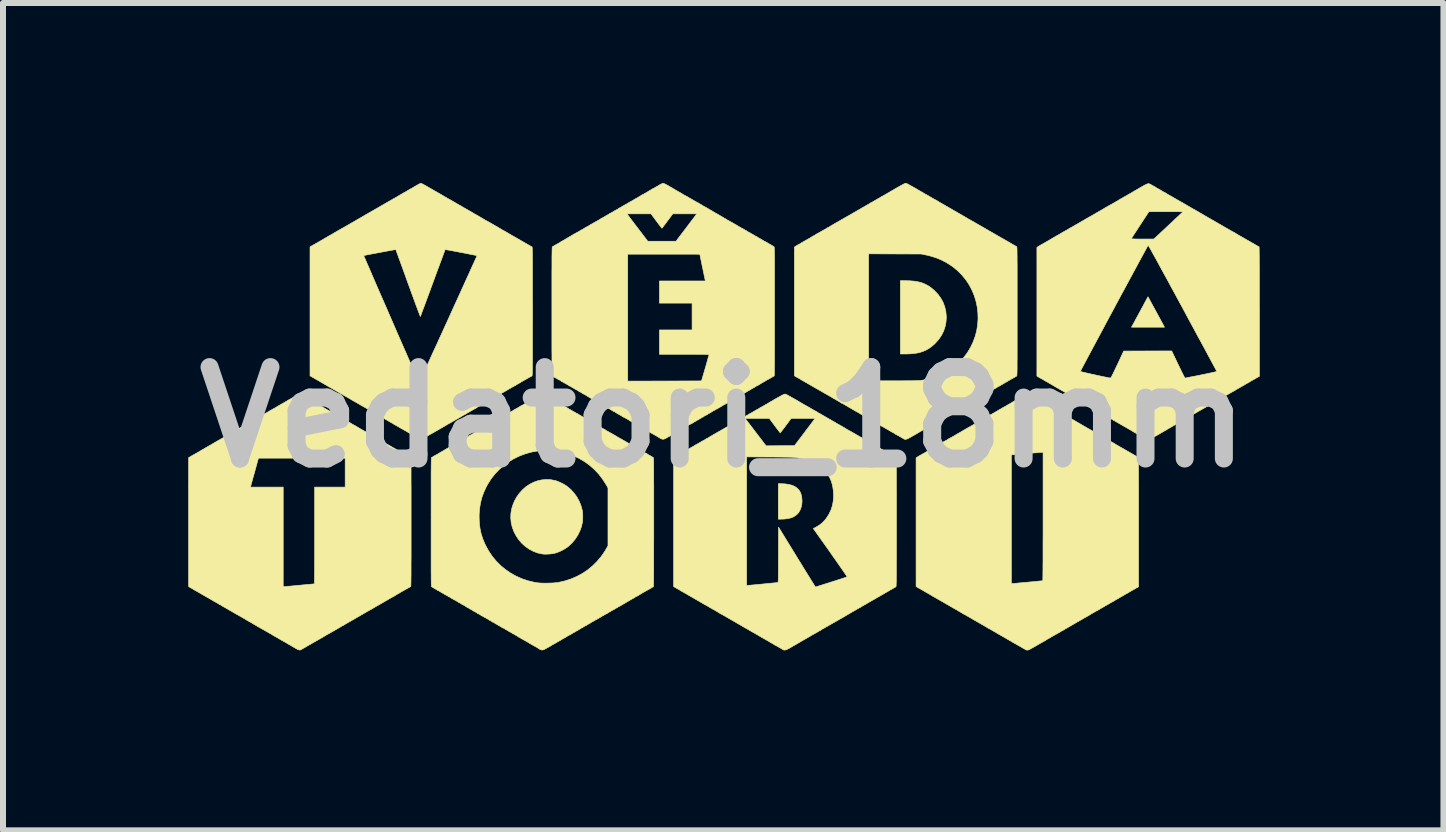
<source format=kicad_pcb>
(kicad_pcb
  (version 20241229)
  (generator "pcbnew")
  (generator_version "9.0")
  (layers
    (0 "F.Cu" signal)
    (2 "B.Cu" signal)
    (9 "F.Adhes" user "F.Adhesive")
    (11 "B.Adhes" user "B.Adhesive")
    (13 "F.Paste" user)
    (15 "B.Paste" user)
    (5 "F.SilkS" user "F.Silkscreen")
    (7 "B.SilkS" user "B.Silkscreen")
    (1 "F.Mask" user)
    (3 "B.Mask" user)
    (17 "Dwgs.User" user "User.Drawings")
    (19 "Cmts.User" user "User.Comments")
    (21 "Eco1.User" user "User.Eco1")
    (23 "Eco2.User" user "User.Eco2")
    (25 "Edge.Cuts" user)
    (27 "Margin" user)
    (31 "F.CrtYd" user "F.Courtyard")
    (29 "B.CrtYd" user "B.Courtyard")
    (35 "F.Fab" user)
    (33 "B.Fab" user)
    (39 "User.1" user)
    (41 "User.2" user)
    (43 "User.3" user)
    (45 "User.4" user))
  (footprint "Vedatori_18mm"
    (layer "F.Cu")
    (at 9.006 3.904)
    (property "Reference" "Vedatori_18mm" (at 0 0 0) (layer "Dwgs.User") (effects (font (size 1.524 1.524) (thickness 0.3))))
    (attr through_hole)
    (fp_poly (pts (xy 1.028 1.112) (xy 1.09 1.121) (xy 1.145 1.135) (xy 1.192 1.155) (xy 1.23 1.181) (xy 1.26 1.212) (xy 1.264 1.216) (xy 1.283 1.247) (xy 1.297 1.281) (xy 1.306 1.32) (xy 1.31 1.343) (xy 1.314 1.399) (xy 1.31 1.453) (xy 1.299 1.504) (xy 1.281 1.55) (xy 1.257 1.591) (xy 1.236 1.614) (xy 1.203 1.642) (xy 1.166 1.664) (xy 1.124 1.68) (xy 1.076 1.691) (xy 1.019 1.698) (xy 0.995 1.699) (xy 0.919 1.701) (xy 0.919 1.109) (xy 0.957 1.109) (xy 1.028 1.112)) (stroke (width 0.01) (type solid)) (fill yes) (layer "F.SilkS"))
    (fp_poly (pts (xy 3.029 -2.275) (xy 3.11 -2.273) (xy 3.183 -2.267) (xy 3.248 -2.256) (xy 3.308 -2.241) (xy 3.362 -2.219) (xy 3.414 -2.192) (xy 3.463 -2.159) (xy 3.511 -2.118) (xy 3.526 -2.105) (xy 3.582 -2.045) (xy 3.628 -1.982) (xy 3.665 -1.914) (xy 3.692 -1.843) (xy 3.71 -1.768) (xy 3.718 -1.691) (xy 3.719 -1.665) (xy 3.714 -1.586) (xy 3.699 -1.51) (xy 3.675 -1.437) (xy 3.641 -1.369) (xy 3.598 -1.304) (xy 3.545 -1.243) (xy 3.527 -1.224) (xy 3.478 -1.181) (xy 3.428 -1.145) (xy 3.377 -1.116) (xy 3.322 -1.093) (xy 3.263 -1.075) (xy 3.197 -1.063) (xy 3.126 -1.056) (xy 3.046 -1.053) (xy 3.032 -1.053) (xy 2.953 -1.053) (xy 2.953 -2.275) (xy 3.029 -2.275)) (stroke (width 0.01) (type solid)) (fill yes) (layer "F.SilkS"))
    (fp_poly (pts (xy 7.083 -2.003) (xy 7.09 -1.99) (xy 7.101 -1.971) (xy 7.115 -1.945) (xy 7.132 -1.913) (xy 7.152 -1.876) (xy 7.174 -1.836) (xy 7.198 -1.792) (xy 7.203 -1.783) (xy 7.227 -1.738) (xy 7.251 -1.695) (xy 7.273 -1.654) (xy 7.293 -1.617) (xy 7.31 -1.586) (xy 7.324 -1.56) (xy 7.334 -1.541) (xy 7.34 -1.53) (xy 7.34 -1.529) (xy 7.356 -1.5) (xy 6.805 -1.5) (xy 6.818 -1.522) (xy 6.823 -1.53) (xy 6.832 -1.547) (xy 6.845 -1.571) (xy 6.861 -1.601) (xy 6.88 -1.637) (xy 6.902 -1.676) (xy 6.925 -1.719) (xy 6.95 -1.765) (xy 6.955 -1.775) (xy 6.979 -1.819) (xy 7.002 -1.861) (xy 7.022 -1.9) (xy 7.041 -1.934) (xy 7.056 -1.962) (xy 7.068 -1.984) (xy 7.076 -1.999) (xy 7.08 -2.006) (xy 7.08 -2.007) (xy 7.083 -2.003)) (stroke (width 0.01) (type solid)) (fill yes) (layer "F.SilkS"))
    (fp_poly (pts (xy -2.877 1.042) (xy -2.804 1.056) (xy -2.794 1.058) (xy -2.761 1.07) (xy -2.722 1.086) (xy -2.682 1.105) (xy -2.644 1.126) (xy -2.611 1.148) (xy -2.601 1.155) (xy -2.541 1.206) (xy -2.487 1.265) (xy -2.441 1.328) (xy -2.403 1.397) (xy -2.373 1.469) (xy -2.352 1.543) (xy -2.347 1.57) (xy -2.344 1.598) (xy -2.342 1.632) (xy -2.342 1.669) (xy -2.343 1.705) (xy -2.345 1.737) (xy -2.347 1.753) (xy -2.364 1.827) (xy -2.391 1.9) (xy -2.426 1.97) (xy -2.469 2.035) (xy -2.519 2.095) (xy -2.576 2.149) (xy -2.601 2.169) (xy -2.642 2.196) (xy -2.689 2.222) (xy -2.737 2.244) (xy -2.785 2.262) (xy -2.807 2.268) (xy -2.843 2.275) (xy -2.884 2.28) (xy -2.927 2.283) (xy -2.968 2.284) (xy -3.004 2.282) (xy -3.017 2.28) (xy -3.092 2.264) (xy -3.164 2.237) (xy -3.231 2.202) (xy -3.295 2.158) (xy -3.353 2.107) (xy -3.405 2.048) (xy -3.45 1.982) (xy -3.453 1.977) (xy -3.491 1.904) (xy -3.518 1.83) (xy -3.535 1.754) (xy -3.542 1.678) (xy -3.539 1.602) (xy -3.526 1.526) (xy -3.502 1.451) (xy -3.478 1.394) (xy -3.439 1.325) (xy -3.393 1.262) (xy -3.341 1.206) (xy -3.285 1.157) (xy -3.224 1.117) (xy -3.159 1.084) (xy -3.091 1.06) (xy -3.021 1.045) (xy -2.949 1.039) (xy -2.877 1.042)) (stroke (width 0.01) (type solid)) (fill yes) (layer "F.SilkS"))
    (fp_poly (pts (xy -7.056 -0.383) (xy -7.041 -0.376) (xy -7.02 -0.365) (xy -6.995 -0.351) (xy -6.966 -0.335) (xy -6.954 -0.328) (xy -6.922 -0.31) (xy -6.892 -0.292) (xy -6.864 -0.276) (xy -6.841 -0.263) (xy -6.824 -0.254) (xy -6.821 -0.252) (xy -6.807 -0.243) (xy -6.785 -0.231) (xy -6.758 -0.216) (xy -6.729 -0.198) (xy -6.698 -0.18) (xy -6.693 -0.178) (xy -6.663 -0.16) (xy -6.634 -0.143) (xy -6.609 -0.129) (xy -6.588 -0.117) (xy -6.574 -0.109) (xy -6.572 -0.108) (xy -6.559 -0.101) (xy -6.539 -0.089) (xy -6.514 -0.075) (xy -6.488 -0.06) (xy -6.475 -0.052) (xy -6.451 -0.038) (xy -6.43 -0.026) (xy -6.413 -0.017) (xy -6.403 -0.011) (xy -6.4 -0.01) (xy -6.394 -0.007) (xy -6.384 -0.00044) (xy -6.384 -0.000254) (xy -6.372 0.008) (xy -6.355 0.018) (xy -6.343 0.024) (xy -6.326 0.034) (xy -6.304 0.046) (xy -6.28 0.06) (xy -6.27 0.066) (xy -6.251 0.077) (xy -6.235 0.086) (xy -6.225 0.091) (xy -6.223 0.092) (xy -6.218 0.095) (xy -6.207 0.102) (xy -6.194 0.11) (xy -6.179 0.12) (xy -6.168 0.126) (xy -6.162 0.128) (xy -6.156 0.131) (xy -6.144 0.138) (xy -6.125 0.148) (xy -6.104 0.161) (xy -6.095 0.166) (xy -6.048 0.195) (xy -6.002 0.221) (xy -5.961 0.244) (xy -5.934 0.26) (xy -5.919 0.268) (xy -5.898 0.28) (xy -5.873 0.294) (xy -5.845 0.31) (xy -5.815 0.327) (xy -5.787 0.344) (xy -5.76 0.359) (xy -5.738 0.372) (xy -5.721 0.383) (xy -5.712 0.388) (xy -5.712 0.389) (xy -5.7 0.396) (xy -5.691 0.4) (xy -5.69 0.401) (xy -5.685 0.403) (xy -5.672 0.41) (xy -5.654 0.42) (xy -5.632 0.433) (xy -5.621 0.44) (xy -5.593 0.456) (xy -5.564 0.473) (xy -5.536 0.489) (xy -5.514 0.502) (xy -5.511 0.503) (xy -5.498 0.511) (xy -5.483 0.519) (xy -5.466 0.529) (xy -5.445 0.541) (xy -5.42 0.555) (xy -5.39 0.573) (xy -5.353 0.594) (xy -5.31 0.619) (xy -5.265 0.645) (xy -5.245 0.657) (xy -5.228 0.666) (xy -5.216 0.673) (xy -5.212 0.674) (xy -5.211 0.675) (xy -5.21 0.677) (xy -5.209 0.68) (xy -5.209 0.685) (xy -5.208 0.692) (xy -5.207 0.702) (xy -5.207 0.714) (xy -5.206 0.731) (xy -5.206 0.751) (xy -5.205 0.775) (xy -5.205 0.804) (xy -5.205 0.838) (xy -5.204 0.877) (xy -5.204 0.923) (xy -5.204 0.974) (xy -5.204 1.033) (xy -5.204 1.098) (xy -5.203 1.171) (xy -5.203 1.252) (xy -5.203 1.342) (xy -5.203 1.44) (xy -5.203 1.547) (xy -5.203 1.664) (xy -5.203 1.751) (xy -5.203 1.875) (xy -5.203 1.988) (xy -5.203 2.093) (xy -5.203 2.188) (xy -5.203 2.275) (xy -5.203 2.353) (xy -5.204 2.424) (xy -5.204 2.487) (xy -5.204 2.544) (xy -5.204 2.593) (xy -5.204 2.637) (xy -5.205 2.675) (xy -5.205 2.707) (xy -5.205 2.734) (xy -5.206 2.757) (xy -5.206 2.776) (xy -5.207 2.791) (xy -5.207 2.803) (xy -5.208 2.812) (xy -5.209 2.818) (xy -5.21 2.822) (xy -5.211 2.825) (xy -5.212 2.826) (xy -5.212 2.827) (xy -5.217 2.829) (xy -5.225 2.833) (xy -5.237 2.839) (xy -5.254 2.849) (xy -5.277 2.862) (xy -5.308 2.879) (xy -5.33 2.892) (xy -5.348 2.902) (xy -5.364 2.911) (xy -5.373 2.916) (xy -5.375 2.917) (xy -5.383 2.922) (xy -5.388 2.925) (xy -5.397 2.931) (xy -5.411 2.939) (xy -5.424 2.946) (xy -5.444 2.957) (xy -5.463 2.969) (xy -5.472 2.975) (xy -5.485 2.984) (xy -5.494 2.989) (xy -5.496 2.989) (xy -5.502 2.992) (xy -5.514 2.999) (xy -5.532 3.009) (xy -5.554 3.021) (xy -5.558 3.023) (xy -5.603 3.05) (xy -5.641 3.071) (xy -5.671 3.089) (xy -5.695 3.103) (xy -5.714 3.114) (xy -5.728 3.122) (xy -5.737 3.127) (xy -5.751 3.135) (xy -5.77 3.146) (xy -5.794 3.159) (xy -5.819 3.174) (xy -5.822 3.176) (xy -5.848 3.191) (xy -5.872 3.205) (xy -5.894 3.217) (xy -5.91 3.226) (xy -5.911 3.227) (xy -5.924 3.234) (xy -5.944 3.245) (xy -5.969 3.26) (xy -5.997 3.276) (xy -6.025 3.292) (xy -6.052 3.308) (xy -6.076 3.322) (xy -6.095 3.333) (xy -6.109 3.341) (xy -6.115 3.344) (xy -6.116 3.344) (xy -6.122 3.347) (xy -6.127 3.351) (xy -6.136 3.357) (xy -6.151 3.366) (xy -6.164 3.373) (xy -6.181 3.383) (xy -6.203 3.395) (xy -6.227 3.409) (xy -6.238 3.415) (xy -6.257 3.426) (xy -6.272 3.435) (xy -6.282 3.44) (xy -6.285 3.441) (xy -6.289 3.444) (xy -6.3 3.451) (xy -6.313 3.459) (xy -6.328 3.469) (xy -6.34 3.475) (xy -6.346 3.477) (xy -6.353 3.48) (xy -6.365 3.487) (xy -6.378 3.495) (xy -6.392 3.505) (xy -6.403 3.511) (xy -6.407 3.513) (xy -6.412 3.516) (xy -6.424 3.523) (xy -6.442 3.533) (xy -6.465 3.546) (xy -6.491 3.562) (xy -6.492 3.562) (xy -6.519 3.577) (xy -6.542 3.591) (xy -6.56 3.601) (xy -6.573 3.608) (xy -6.578 3.611) (xy -6.578 3.611) (xy -6.584 3.613) (xy -6.595 3.62) (xy -6.61 3.628) (xy -6.629 3.64) (xy -6.653 3.654) (xy -6.681 3.671) (xy -6.711 3.688) (xy -6.742 3.706) (xy -6.77 3.722) (xy -6.794 3.736) (xy -6.812 3.746) (xy -6.819 3.75) (xy -6.834 3.758) (xy -6.855 3.77) (xy -6.88 3.785) (xy -6.908 3.801) (xy -6.937 3.817) (xy -6.965 3.834) (xy -6.991 3.849) (xy -7.012 3.861) (xy -7.026 3.87) (xy -7.031 3.872) (xy -7.043 3.879) (xy -7.055 3.882) (xy -7.068 3.881) (xy -7.084 3.876) (xy -7.104 3.867) (xy -7.131 3.852) (xy -7.153 3.839) (xy -7.178 3.824) (xy -7.201 3.811) (xy -7.22 3.8) (xy -7.233 3.792) (xy -7.237 3.79) (xy -7.249 3.784) (xy -7.265 3.774) (xy -7.276 3.767) (xy -7.293 3.757) (xy -7.309 3.748) (xy -7.317 3.744) (xy -7.327 3.738) (xy -7.344 3.729) (xy -7.365 3.717) (xy -7.389 3.703) (xy -7.397 3.698) (xy -7.422 3.683) (xy -7.448 3.669) (xy -7.47 3.656) (xy -7.487 3.647) (xy -7.489 3.646) (xy -7.505 3.636) (xy -7.519 3.628) (xy -7.525 3.623) (xy -7.533 3.617) (xy -7.536 3.616) (xy -7.541 3.614) (xy -7.554 3.607) (xy -7.571 3.598) (xy -7.585 3.589) (xy -7.674 3.538) (xy -7.717 3.514) (xy -7.735 3.504) (xy -7.757 3.492) (xy -7.78 3.478) (xy -7.804 3.464) (xy -7.825 3.452) (xy -7.841 3.442) (xy -7.849 3.437) (xy -7.86 3.43) (xy -7.876 3.421) (xy -7.895 3.411) (xy -7.895 3.411) (xy -7.913 3.401) (xy -7.93 3.391) (xy -7.941 3.385) (xy -7.949 3.38) (xy -7.964 3.37) (xy -7.986 3.358) (xy -8.013 3.342) (xy -8.042 3.325) (xy -8.064 3.313) (xy -8.099 3.293) (xy -8.135 3.273) (xy -8.169 3.253) (xy -8.2 3.235) (xy -8.225 3.22) (xy -8.234 3.216) (xy -8.259 3.201) (xy -8.285 3.186) (xy -8.307 3.173) (xy -8.324 3.164) (xy -8.342 3.154) (xy -8.357 3.144) (xy -8.367 3.138) (xy -8.377 3.131) (xy -8.385 3.128) (xy -8.392 3.125) (xy -8.404 3.118) (xy -8.417 3.11) (xy -8.431 3.101) (xy -8.442 3.094) (xy -8.446 3.092) (xy -8.451 3.09) (xy -8.463 3.083) (xy -8.48 3.074) (xy -8.494 3.066) (xy -8.524 3.048) (xy -8.546 3.035) (xy -8.562 3.026) (xy -8.573 3.019) (xy -8.581 3.015) (xy -8.587 3.012) (xy -8.591 3.01) (xy -8.602 3.004) (xy -8.616 2.996) (xy -8.619 2.994) (xy -8.625 2.991) (xy -8.633 2.986) (xy -8.644 2.979) (xy -8.659 2.971) (xy -8.678 2.96) (xy -8.703 2.945) (xy -8.733 2.928) (xy -8.771 2.906) (xy -8.817 2.88) (xy -8.842 2.865) (xy -8.862 2.853) (xy -8.88 2.843) (xy -8.894 2.835) (xy -8.895 2.834) (xy -8.912 2.824) (xy -8.912 1.166) (xy -7.881 1.166) (xy -7.335 1.166) (xy -7.335 2.825) (xy -7.32 2.825) (xy -7.312 2.825) (xy -7.295 2.823) (xy -7.27 2.821) (xy -7.238 2.818) (xy -7.2 2.815) (xy -7.157 2.811) (xy -7.11 2.806) (xy -7.062 2.802) (xy -7.013 2.797) (xy -6.967 2.793) (xy -6.926 2.789) (xy -6.889 2.786) (xy -6.859 2.783) (xy -6.836 2.781) (xy -6.821 2.779) (xy -6.815 2.779) (xy -6.815 2.779) (xy -6.814 2.774) (xy -6.814 2.759) (xy -6.814 2.735) (xy -6.813 2.703) (xy -6.813 2.662) (xy -6.813 2.614) (xy -6.812 2.559) (xy -6.812 2.497) (xy -6.812 2.429) (xy -6.811 2.357) (xy -6.811 2.279) (xy -6.811 2.197) (xy -6.811 2.112) (xy -6.811 2.023) (xy -6.811 1.972) (xy -6.811 1.166) (xy -6.302 1.166) (xy -6.302 0.683) (xy -7.025 0.683) (xy -7.748 0.683) (xy -7.811 0.913) (xy -7.824 0.96) (xy -7.837 1.005) (xy -7.848 1.045) (xy -7.858 1.081) (xy -7.866 1.111) (xy -7.872 1.134) (xy -7.876 1.149) (xy -7.878 1.154) (xy -7.881 1.166) (xy -8.912 1.166) (xy -8.912 0.675) (xy -8.882 0.658) (xy -8.863 0.646) (xy -8.839 0.633) (xy -8.816 0.62) (xy -8.814 0.619) (xy -8.792 0.606) (xy -8.765 0.591) (xy -8.739 0.576) (xy -8.731 0.571) (xy -8.692 0.548) (xy -8.66 0.53) (xy -8.636 0.515) (xy -8.616 0.504) (xy -8.601 0.495) (xy -8.589 0.488) (xy -8.578 0.482) (xy -8.569 0.477) (xy -8.568 0.476) (xy -8.549 0.466) (xy -8.531 0.455) (xy -8.521 0.45) (xy -8.512 0.444) (xy -8.495 0.434) (xy -8.473 0.421) (xy -8.448 0.406) (xy -8.421 0.391) (xy -8.394 0.376) (xy -8.37 0.362) (xy -8.35 0.351) (xy -8.338 0.344) (xy -8.327 0.338) (xy -8.309 0.328) (xy -8.284 0.313) (xy -8.254 0.296) (xy -8.219 0.276) (xy -8.181 0.254) (xy -8.141 0.231) (xy -8.1 0.207) (xy -8.059 0.183) (xy -8.03 0.166) (xy -7.998 0.148) (xy -7.968 0.13) (xy -7.942 0.115) (xy -7.92 0.103) (xy -7.905 0.094) (xy -7.899 0.091) (xy -7.885 0.083) (xy -7.865 0.072) (xy -7.843 0.059) (xy -7.831 0.052) (xy -7.807 0.038) (xy -7.778 0.021) (xy -7.748 0.004) (xy -7.725 -0.009) (xy -7.701 -0.023) (xy -7.671 -0.04) (xy -7.638 -0.06) (xy -7.603 -0.079) (xy -7.575 -0.096) (xy -7.548 -0.112) (xy -7.523 -0.126) (xy -7.503 -0.137) (xy -7.489 -0.145) (xy -7.482 -0.149) (xy -7.481 -0.149) (xy -7.476 -0.152) (xy -7.464 -0.158) (xy -7.452 -0.166) (xy -7.436 -0.176) (xy -7.414 -0.189) (xy -7.39 -0.203) (xy -7.371 -0.214) (xy -7.344 -0.229) (xy -7.323 -0.241) (xy -7.307 -0.25) (xy -7.295 -0.257) (xy -7.283 -0.264) (xy -7.271 -0.272) (xy -7.264 -0.276) (xy -7.25 -0.285) (xy -7.238 -0.291) (xy -7.234 -0.293) (xy -7.228 -0.295) (xy -7.216 -0.302) (xy -7.207 -0.307) (xy -7.173 -0.328) (xy -7.142 -0.346) (xy -7.114 -0.362) (xy -7.091 -0.374) (xy -7.074 -0.382) (xy -7.064 -0.385) (xy -7.064 -0.385) (xy -7.056 -0.383)) (stroke (width 0.01) (type solid)) (fill yes) (layer "F.SilkS"))
    (fp_poly (pts (xy 5.083 -0.384) (xy 5.094 -0.38) (xy 5.107 -0.373) (xy 5.108 -0.373) (xy 5.123 -0.364) (xy 5.143 -0.353) (xy 5.164 -0.342) (xy 5.164 -0.341) (xy 5.182 -0.331) (xy 5.197 -0.322) (xy 5.206 -0.316) (xy 5.207 -0.315) (xy 5.215 -0.309) (xy 5.219 -0.308) (xy 5.225 -0.306) (xy 5.238 -0.299) (xy 5.255 -0.289) (xy 5.27 -0.28) (xy 5.293 -0.266) (xy 5.316 -0.253) (xy 5.335 -0.242) (xy 5.343 -0.238) (xy 5.36 -0.23) (xy 5.373 -0.222) (xy 5.378 -0.218) (xy 5.386 -0.212) (xy 5.401 -0.204) (xy 5.414 -0.197) (xy 5.431 -0.187) (xy 5.453 -0.175) (xy 5.477 -0.161) (xy 5.488 -0.154) (xy 5.513 -0.139) (xy 5.54 -0.124) (xy 5.565 -0.11) (xy 5.573 -0.105) (xy 5.595 -0.093) (xy 5.621 -0.078) (xy 5.648 -0.063) (xy 5.66 -0.055) (xy 5.706 -0.029) (xy 5.744 -0.007) (xy 5.774 0.011) (xy 5.797 0.024) (xy 5.813 0.033) (xy 5.823 0.039) (xy 5.827 0.041) (xy 5.828 0.041) (xy 5.832 0.044) (xy 5.844 0.05) (xy 5.86 0.06) (xy 5.869 0.065) (xy 5.889 0.077) (xy 5.915 0.092) (xy 5.943 0.108) (xy 5.971 0.124) (xy 5.976 0.127) (xy 6.003 0.143) (xy 6.029 0.158) (xy 6.053 0.171) (xy 6.07 0.182) (xy 6.074 0.184) (xy 6.095 0.196) (xy 6.118 0.209) (xy 6.133 0.217) (xy 6.15 0.227) (xy 6.166 0.236) (xy 6.174 0.241) (xy 6.184 0.248) (xy 6.201 0.257) (xy 6.22 0.269) (xy 6.231 0.274) (xy 6.248 0.284) (xy 6.264 0.293) (xy 6.281 0.303) (xy 6.299 0.313) (xy 6.322 0.326) (xy 6.349 0.342) (xy 6.383 0.361) (xy 6.409 0.376) (xy 6.434 0.391) (xy 6.459 0.405) (xy 6.48 0.417) (xy 6.495 0.425) (xy 6.499 0.427) (xy 6.512 0.434) (xy 6.521 0.44) (xy 6.523 0.441) (xy 6.528 0.445) (xy 6.54 0.452) (xy 6.558 0.463) (xy 6.579 0.475) (xy 6.603 0.488) (xy 6.626 0.502) (xy 6.648 0.514) (xy 6.667 0.525) (xy 6.67 0.526) (xy 6.682 0.533) (xy 6.693 0.54) (xy 6.703 0.546) (xy 6.719 0.555) (xy 6.739 0.567) (xy 6.755 0.575) (xy 6.78 0.59) (xy 6.81 0.607) (xy 6.84 0.625) (xy 6.858 0.635) (xy 6.879 0.648) (xy 6.898 0.658) (xy 6.911 0.665) (xy 6.918 0.668) (xy 6.918 0.668) (xy 6.919 0.671) (xy 6.92 0.68) (xy 6.92 0.696) (xy 6.921 0.719) (xy 6.921 0.749) (xy 6.922 0.786) (xy 6.922 0.83) (xy 6.923 0.883) (xy 6.923 0.943) (xy 6.923 1.012) (xy 6.923 1.089) (xy 6.924 1.175) (xy 6.924 1.27) (xy 6.924 1.374) (xy 6.924 1.488) (xy 6.924 1.612) (xy 6.924 1.745) (xy 6.924 2.828) (xy 6.907 2.837) (xy 6.893 2.844) (xy 6.875 2.855) (xy 6.865 2.861) (xy 6.845 2.872) (xy 6.823 2.885) (xy 6.81 2.891) (xy 6.79 2.903) (xy 6.769 2.915) (xy 6.758 2.922) (xy 6.745 2.931) (xy 6.734 2.937) (xy 6.731 2.938) (xy 6.725 2.941) (xy 6.713 2.947) (xy 6.696 2.957) (xy 6.691 2.96) (xy 6.67 2.973) (xy 6.649 2.985) (xy 6.633 2.994) (xy 6.631 2.995) (xy 6.616 3.003) (xy 6.604 3.011) (xy 6.6 3.013) (xy 6.592 3.019) (xy 6.577 3.027) (xy 6.564 3.034) (xy 6.546 3.044) (xy 6.529 3.054) (xy 6.52 3.06) (xy 6.509 3.067) (xy 6.502 3.071) (xy 6.501 3.072) (xy 6.495 3.074) (xy 6.483 3.081) (xy 6.464 3.091) (xy 6.443 3.104) (xy 6.436 3.108) (xy 6.414 3.121) (xy 6.394 3.132) (xy 6.38 3.139) (xy 6.372 3.143) (xy 6.371 3.144) (xy 6.365 3.147) (xy 6.359 3.151) (xy 6.351 3.157) (xy 6.337 3.165) (xy 6.319 3.175) (xy 6.315 3.177) (xy 6.298 3.187) (xy 6.285 3.194) (xy 6.277 3.199) (xy 6.277 3.2) (xy 6.271 3.204) (xy 6.259 3.211) (xy 6.246 3.218) (xy 6.228 3.227) (xy 6.204 3.241) (xy 6.176 3.256) (xy 6.149 3.272) (xy 6.123 3.287) (xy 6.103 3.3) (xy 6.102 3.3) (xy 6.087 3.31) (xy 6.068 3.32) (xy 6.059 3.326) (xy 6.043 3.334) (xy 6.022 3.346) (xy 5.998 3.36) (xy 5.981 3.37) (xy 5.958 3.383) (xy 5.935 3.396) (xy 5.915 3.407) (xy 5.904 3.413) (xy 5.886 3.424) (xy 5.868 3.434) (xy 5.861 3.439) (xy 5.85 3.445) (xy 5.833 3.455) (xy 5.81 3.469) (xy 5.784 3.483) (xy 5.757 3.499) (xy 5.731 3.514) (xy 5.709 3.526) (xy 5.699 3.532) (xy 5.684 3.541) (xy 5.677 3.546) (xy 5.664 3.554) (xy 5.654 3.559) (xy 5.651 3.56) (xy 5.645 3.562) (xy 5.634 3.569) (xy 5.621 3.578) (xy 5.606 3.587) (xy 5.595 3.593) (xy 5.591 3.596) (xy 5.586 3.598) (xy 5.574 3.604) (xy 5.557 3.614) (xy 5.536 3.625) (xy 5.515 3.638) (xy 5.494 3.65) (xy 5.475 3.66) (xy 5.461 3.669) (xy 5.455 3.673) (xy 5.446 3.678) (xy 5.432 3.686) (xy 5.422 3.691) (xy 5.404 3.701) (xy 5.386 3.712) (xy 5.38 3.717) (xy 5.368 3.725) (xy 5.361 3.729) (xy 5.36 3.729) (xy 5.355 3.732) (xy 5.342 3.738) (xy 5.324 3.749) (xy 5.301 3.762) (xy 5.276 3.776) (xy 5.247 3.793) (xy 5.219 3.809) (xy 5.194 3.824) (xy 5.173 3.835) (xy 5.162 3.841) (xy 5.142 3.852) (xy 5.123 3.863) (xy 5.11 3.871) (xy 5.09 3.88) (xy 5.069 3.883) (xy 5.051 3.881) (xy 5.044 3.878) (xy 5.03 3.869) (xy 5.009 3.857) (xy 4.984 3.843) (xy 4.957 3.827) (xy 4.929 3.811) (xy 4.902 3.796) (xy 4.88 3.783) (xy 4.862 3.773) (xy 4.854 3.769) (xy 4.838 3.76) (xy 4.826 3.753) (xy 4.821 3.75) (xy 4.815 3.746) (xy 4.802 3.738) (xy 4.782 3.727) (xy 4.758 3.713) (xy 4.73 3.697) (xy 4.701 3.679) (xy 4.67 3.662) (xy 4.641 3.645) (xy 4.613 3.63) (xy 4.613 3.629) (xy 4.594 3.619) (xy 4.577 3.609) (xy 4.567 3.603) (xy 4.556 3.597) (xy 4.539 3.586) (xy 4.517 3.574) (xy 4.494 3.56) (xy 4.492 3.559) (xy 4.469 3.546) (xy 4.449 3.534) (xy 4.433 3.526) (xy 4.424 3.521) (xy 4.423 3.521) (xy 4.411 3.515) (xy 4.406 3.511) (xy 4.398 3.506) (xy 4.384 3.497) (xy 4.371 3.49) (xy 4.357 3.481) (xy 4.341 3.472) (xy 4.321 3.461) (xy 4.297 3.447) (xy 4.266 3.429) (xy 4.258 3.425) (xy 4.245 3.417) (xy 4.227 3.407) (xy 4.206 3.395) (xy 4.199 3.391) (xy 4.18 3.38) (xy 4.164 3.371) (xy 4.153 3.364) (xy 4.15 3.362) (xy 4.141 3.357) (xy 4.127 3.348) (xy 4.119 3.344) (xy 4.104 3.336) (xy 4.084 3.324) (xy 4.062 3.312) (xy 4.055 3.307) (xy 4.036 3.296) (xy 4.02 3.288) (xy 4.01 3.283) (xy 4.008 3.282) (xy 4 3.279) (xy 3.99 3.272) (xy 3.99 3.272) (xy 3.979 3.265) (xy 3.962 3.254) (xy 3.947 3.246) (xy 3.93 3.236) (xy 3.916 3.228) (xy 3.908 3.222) (xy 3.9 3.217) (xy 3.897 3.215) (xy 3.891 3.213) (xy 3.878 3.206) (xy 3.86 3.196) (xy 3.838 3.183) (xy 3.83 3.179) (xy 3.804 3.163) (xy 3.777 3.148) (xy 3.754 3.134) (xy 3.736 3.124) (xy 3.734 3.123) (xy 3.715 3.112) (xy 3.696 3.101) (xy 3.683 3.093) (xy 3.672 3.087) (xy 3.655 3.077) (xy 3.632 3.064) (xy 3.607 3.05) (xy 3.59 3.04) (xy 3.564 3.025) (xy 3.539 3.011) (xy 3.517 2.998) (xy 3.501 2.989) (xy 3.495 2.986) (xy 3.475 2.974) (xy 3.451 2.959) (xy 3.425 2.944) (xy 3.399 2.929) (xy 3.377 2.917) (xy 3.36 2.907) (xy 3.358 2.906) (xy 3.339 2.895) (xy 3.32 2.883) (xy 3.314 2.88) (xy 3.301 2.872) (xy 3.292 2.867) (xy 3.29 2.866) (xy 3.284 2.864) (xy 3.273 2.857) (xy 3.256 2.848) (xy 3.251 2.845) (xy 3.215 2.823) (xy 3.215 0.679) (xy 3.239 0.663) (xy 3.258 0.651) (xy 3.279 0.638) (xy 3.292 0.631) (xy 3.296 0.629) (xy 4.803 0.629) (xy 4.803 2.774) (xy 4.818 2.774) (xy 4.827 2.773) (xy 4.844 2.772) (xy 4.869 2.77) (xy 4.902 2.767) (xy 4.94 2.763) (xy 4.983 2.759) (xy 5.03 2.755) (xy 5.078 2.751) (xy 5.127 2.746) (xy 5.173 2.742) (xy 5.215 2.738) (xy 5.251 2.734) (xy 5.282 2.731) (xy 5.305 2.729) (xy 5.321 2.728) (xy 5.327 2.727) (xy 5.327 2.727) (xy 5.327 2.722) (xy 5.328 2.707) (xy 5.328 2.681) (xy 5.329 2.645) (xy 5.329 2.599) (xy 5.33 2.543) (xy 5.33 2.476) (xy 5.331 2.399) (xy 5.331 2.312) (xy 5.331 2.215) (xy 5.331 2.107) (xy 5.332 1.989) (xy 5.332 1.861) (xy 5.332 1.723) (xy 5.332 1.657) (xy 5.332 0.586) (xy 5.32 0.585) (xy 5.313 0.586) (xy 5.296 0.587) (xy 5.272 0.589) (xy 5.24 0.592) (xy 5.202 0.595) (xy 5.159 0.598) (xy 5.112 0.602) (xy 5.062 0.607) (xy 5.056 0.607) (xy 4.803 0.629) (xy 3.296 0.629) (xy 3.307 0.623) (xy 3.328 0.611) (xy 3.354 0.597) (xy 3.38 0.581) (xy 3.388 0.577) (xy 3.412 0.562) (xy 3.435 0.549) (xy 3.454 0.538) (xy 3.467 0.531) (xy 3.47 0.529) (xy 3.484 0.521) (xy 3.501 0.511) (xy 3.507 0.507) (xy 3.52 0.499) (xy 3.529 0.494) (xy 3.531 0.493) (xy 3.536 0.491) (xy 3.548 0.484) (xy 3.566 0.473) (xy 3.59 0.46) (xy 3.616 0.444) (xy 3.621 0.442) (xy 3.648 0.425) (xy 3.673 0.411) (xy 3.694 0.399) (xy 3.709 0.391) (xy 3.717 0.387) (xy 3.718 0.387) (xy 3.727 0.382) (xy 3.74 0.373) (xy 3.747 0.369) (xy 3.759 0.36) (xy 3.768 0.355) (xy 3.771 0.354) (xy 3.777 0.352) (xy 3.789 0.345) (xy 3.807 0.335) (xy 3.825 0.325) (xy 3.853 0.309) (xy 3.883 0.291) (xy 3.912 0.274) (xy 3.924 0.267) (xy 3.946 0.255) (xy 3.967 0.243) (xy 3.984 0.233) (xy 3.991 0.229) (xy 4.005 0.22) (xy 4.027 0.207) (xy 4.053 0.192) (xy 4.083 0.175) (xy 4.114 0.158) (xy 4.127 0.15) (xy 4.147 0.139) (xy 4.171 0.125) (xy 4.194 0.112) (xy 4.197 0.11) (xy 4.22 0.097) (xy 4.247 0.081) (xy 4.273 0.067) (xy 4.279 0.064) (xy 4.298 0.053) (xy 4.315 0.043) (xy 4.327 0.036) (xy 4.33 0.033) (xy 4.339 0.028) (xy 4.353 0.019) (xy 4.366 0.012) (xy 4.42 -0.018) (xy 4.478 -0.052) (xy 4.512 -0.071) (xy 4.531 -0.082) (xy 4.546 -0.091) (xy 4.556 -0.096) (xy 4.559 -0.098) (xy 4.563 -0.1) (xy 4.574 -0.107) (xy 4.588 -0.116) (xy 4.602 -0.125) (xy 4.614 -0.131) (xy 4.619 -0.134) (xy 4.626 -0.136) (xy 4.637 -0.143) (xy 4.646 -0.149) (xy 4.659 -0.158) (xy 4.669 -0.163) (xy 4.672 -0.164) (xy 4.678 -0.167) (xy 4.69 -0.174) (xy 4.707 -0.183) (xy 4.717 -0.189) (xy 4.739 -0.203) (xy 4.762 -0.216) (xy 4.781 -0.226) (xy 4.786 -0.229) (xy 4.801 -0.237) (xy 4.812 -0.243) (xy 4.815 -0.247) (xy 4.821 -0.251) (xy 4.833 -0.258) (xy 4.845 -0.264) (xy 4.863 -0.274) (xy 4.88 -0.284) (xy 4.887 -0.288) (xy 4.897 -0.294) (xy 4.914 -0.304) (xy 4.936 -0.317) (xy 4.961 -0.331) (xy 4.98 -0.342) (xy 5.012 -0.359) (xy 5.036 -0.372) (xy 5.055 -0.38) (xy 5.07 -0.384) (xy 5.083 -0.384)) (stroke (width 0.01) (type solid)) (fill yes) (layer "F.SilkS"))
    (fp_poly (pts (xy 3.055 -3.896) (xy 3.071 -3.889) (xy 3.086 -3.881) (xy 3.107 -3.869) (xy 3.13 -3.856) (xy 3.143 -3.849) (xy 3.16 -3.84) (xy 3.175 -3.832) (xy 3.189 -3.823) (xy 3.206 -3.814) (xy 3.228 -3.801) (xy 3.246 -3.79) (xy 3.268 -3.777) (xy 3.289 -3.765) (xy 3.305 -3.756) (xy 3.313 -3.752) (xy 3.327 -3.744) (xy 3.337 -3.737) (xy 3.339 -3.736) (xy 3.347 -3.731) (xy 3.361 -3.722) (xy 3.377 -3.714) (xy 3.395 -3.704) (xy 3.418 -3.692) (xy 3.443 -3.677) (xy 3.459 -3.667) (xy 3.484 -3.653) (xy 3.508 -3.639) (xy 3.53 -3.627) (xy 3.542 -3.621) (xy 3.559 -3.611) (xy 3.573 -3.603) (xy 3.58 -3.598) (xy 3.589 -3.592) (xy 3.603 -3.584) (xy 3.616 -3.576) (xy 3.633 -3.567) (xy 3.656 -3.554) (xy 3.679 -3.541) (xy 3.691 -3.534) (xy 3.719 -3.517) (xy 3.745 -3.503) (xy 3.77 -3.488) (xy 3.799 -3.472) (xy 3.814 -3.463) (xy 3.832 -3.453) (xy 3.837 -3.449) (xy 3.849 -3.442) (xy 3.858 -3.437) (xy 3.86 -3.436) (xy 3.866 -3.434) (xy 3.877 -3.427) (xy 3.885 -3.422) (xy 3.902 -3.412) (xy 3.919 -3.402) (xy 3.924 -3.399) (xy 3.94 -3.39) (xy 3.961 -3.378) (xy 3.984 -3.365) (xy 4.008 -3.351) (xy 4.03 -3.338) (xy 4.049 -3.327) (xy 4.061 -3.32) (xy 4.063 -3.318) (xy 4.075 -3.311) (xy 4.091 -3.301) (xy 4.107 -3.293) (xy 4.124 -3.284) (xy 4.146 -3.271) (xy 4.172 -3.257) (xy 4.194 -3.244) (xy 4.219 -3.229) (xy 4.244 -3.215) (xy 4.267 -3.202) (xy 4.281 -3.194) (xy 4.297 -3.185) (xy 4.319 -3.172) (xy 4.345 -3.157) (xy 4.372 -3.142) (xy 4.381 -3.136) (xy 4.407 -3.121) (xy 4.431 -3.107) (xy 4.451 -3.095) (xy 4.466 -3.087) (xy 4.47 -3.085) (xy 4.483 -3.077) (xy 4.502 -3.067) (xy 4.523 -3.054) (xy 4.544 -3.042) (xy 4.562 -3.032) (xy 4.571 -3.026) (xy 4.579 -3.022) (xy 4.593 -3.013) (xy 4.612 -3.003) (xy 4.634 -2.99) (xy 4.636 -2.989) (xy 4.674 -2.968) (xy 4.705 -2.95) (xy 4.731 -2.935) (xy 4.755 -2.921) (xy 4.779 -2.907) (xy 4.805 -2.892) (xy 4.821 -2.882) (xy 4.845 -2.869) (xy 4.865 -2.857) (xy 4.881 -2.848) (xy 4.891 -2.843) (xy 4.892 -2.843) (xy 4.893 -2.842) (xy 4.894 -2.839) (xy 4.895 -2.835) (xy 4.895 -2.829) (xy 4.896 -2.819) (xy 4.897 -2.807) (xy 4.897 -2.792) (xy 4.898 -2.772) (xy 4.898 -2.748) (xy 4.898 -2.72) (xy 4.899 -2.687) (xy 4.899 -2.648) (xy 4.899 -2.603) (xy 4.9 -2.552) (xy 4.9 -2.494) (xy 4.9 -2.429) (xy 4.9 -2.356) (xy 4.9 -2.276) (xy 4.9 -2.187) (xy 4.9 -2.09) (xy 4.9 -1.983) (xy 4.9 -1.867) (xy 4.9 -1.764) (xy 4.9 -1.64) (xy 4.9 -1.526) (xy 4.9 -1.421) (xy 4.9 -1.326) (xy 4.9 -1.239) (xy 4.9 -1.16) (xy 4.9 -1.089) (xy 4.9 -1.026) (xy 4.9 -0.969) (xy 4.899 -0.92) (xy 4.899 -0.876) (xy 4.899 -0.838) (xy 4.899 -0.805) (xy 4.898 -0.778) (xy 4.898 -0.755) (xy 4.897 -0.736) (xy 4.897 -0.721) (xy 4.896 -0.709) (xy 4.895 -0.7) (xy 4.895 -0.694) (xy 4.894 -0.689) (xy 4.893 -0.686) (xy 4.892 -0.685) (xy 4.891 -0.685) (xy 4.882 -0.68) (xy 4.868 -0.672) (xy 4.857 -0.665) (xy 4.84 -0.655) (xy 4.825 -0.647) (xy 4.818 -0.643) (xy 4.805 -0.636) (xy 4.79 -0.627) (xy 4.787 -0.626) (xy 4.773 -0.618) (xy 4.755 -0.607) (xy 4.736 -0.596) (xy 4.718 -0.585) (xy 4.694 -0.572) (xy 4.668 -0.556) (xy 4.645 -0.543) (xy 4.623 -0.53) (xy 4.604 -0.519) (xy 4.591 -0.512) (xy 4.584 -0.509) (xy 4.584 -0.509) (xy 4.578 -0.506) (xy 4.568 -0.499) (xy 4.567 -0.499) (xy 4.555 -0.491) (xy 4.538 -0.481) (xy 4.525 -0.474) (xy 4.511 -0.466) (xy 4.49 -0.454) (xy 4.465 -0.44) (xy 4.438 -0.424) (xy 4.421 -0.414) (xy 4.396 -0.4) (xy 4.375 -0.387) (xy 4.357 -0.377) (xy 4.346 -0.371) (xy 4.343 -0.37) (xy 4.337 -0.367) (xy 4.326 -0.36) (xy 4.313 -0.352) (xy 4.299 -0.342) (xy 4.288 -0.336) (xy 4.283 -0.334) (xy 4.277 -0.331) (xy 4.265 -0.325) (xy 4.248 -0.315) (xy 4.242 -0.312) (xy 4.222 -0.3) (xy 4.196 -0.285) (xy 4.169 -0.269) (xy 4.148 -0.257) (xy 4.124 -0.243) (xy 4.102 -0.231) (xy 4.085 -0.22) (xy 4.073 -0.213) (xy 4.063 -0.207) (xy 4.045 -0.197) (xy 4.023 -0.184) (xy 3.997 -0.169) (xy 3.976 -0.157) (xy 3.947 -0.14) (xy 3.919 -0.124) (xy 3.893 -0.109) (xy 3.872 -0.098) (xy 3.863 -0.092) (xy 3.843 -0.081) (xy 3.819 -0.067) (xy 3.793 -0.053) (xy 3.78 -0.046) (xy 3.757 -0.032) (xy 3.734 -0.019) (xy 3.714 -0.008) (xy 3.706 -0.002) (xy 3.69 0.007) (xy 3.676 0.015) (xy 3.669 0.018) (xy 3.66 0.022) (xy 3.657 0.025) (xy 3.653 0.029) (xy 3.643 0.036) (xy 3.638 0.038) (xy 3.626 0.045) (xy 3.608 0.055) (xy 3.586 0.068) (xy 3.561 0.081) (xy 3.558 0.083) (xy 3.536 0.096) (xy 3.517 0.107) (xy 3.502 0.114) (xy 3.495 0.118) (xy 3.494 0.118) (xy 3.488 0.121) (xy 3.483 0.125) (xy 3.474 0.131) (xy 3.46 0.14) (xy 3.447 0.147) (xy 3.429 0.157) (xy 3.407 0.17) (xy 3.383 0.183) (xy 3.372 0.19) (xy 3.318 0.221) (xy 3.271 0.248) (xy 3.231 0.272) (xy 3.199 0.291) (xy 3.174 0.305) (xy 3.157 0.314) (xy 3.15 0.318) (xy 3.139 0.325) (xy 3.123 0.334) (xy 3.103 0.345) (xy 3.098 0.348) (xy 3.068 0.363) (xy 3.042 0.37) (xy 3.022 0.368) (xy 3.015 0.365) (xy 2.989 0.349) (xy 2.963 0.334) (xy 2.937 0.319) (xy 2.915 0.307) (xy 2.896 0.296) (xy 2.884 0.29) (xy 2.878 0.288) (xy 2.872 0.285) (xy 2.861 0.277) (xy 2.854 0.272) (xy 2.841 0.263) (xy 2.832 0.258) (xy 2.829 0.257) (xy 2.823 0.254) (xy 2.811 0.248) (xy 2.795 0.238) (xy 2.793 0.237) (xy 2.776 0.227) (xy 2.754 0.214) (xy 2.727 0.199) (xy 2.7 0.183) (xy 2.694 0.18) (xy 2.669 0.165) (xy 2.645 0.152) (xy 2.626 0.141) (xy 2.612 0.133) (xy 2.609 0.131) (xy 2.594 0.122) (xy 2.575 0.111) (xy 2.566 0.105) (xy 2.55 0.097) (xy 2.529 0.085) (xy 2.505 0.071) (xy 2.49 0.062) (xy 2.465 0.048) (xy 2.438 0.033) (xy 2.415 0.019) (xy 2.404 0.013) (xy 2.385 0.002) (xy 2.36 -0.012) (xy 2.333 -0.028) (xy 2.311 -0.041) (xy 2.286 -0.055) (xy 2.262 -0.07) (xy 2.24 -0.082) (xy 2.226 -0.09) (xy 2.208 -0.1) (xy 2.185 -0.113) (xy 2.163 -0.126) (xy 2.161 -0.127) (xy 2.14 -0.14) (xy 2.119 -0.152) (xy 2.103 -0.161) (xy 2.101 -0.162) (xy 2.086 -0.171) (xy 2.066 -0.183) (xy 2.044 -0.196) (xy 2.031 -0.203) (xy 2.011 -0.215) (xy 1.994 -0.224) (xy 1.983 -0.23) (xy 1.979 -0.231) (xy 1.972 -0.234) (xy 1.961 -0.241) (xy 1.961 -0.241) (xy 1.95 -0.249) (xy 1.933 -0.259) (xy 1.918 -0.268) (xy 1.901 -0.277) (xy 1.887 -0.286) (xy 1.88 -0.291) (xy 1.871 -0.297) (xy 1.867 -0.298) (xy 1.862 -0.3) (xy 1.849 -0.307) (xy 1.831 -0.317) (xy 1.81 -0.33) (xy 1.809 -0.331) (xy 1.785 -0.345) (xy 1.761 -0.359) (xy 1.741 -0.37) (xy 1.728 -0.377) (xy 1.711 -0.387) (xy 1.69 -0.399) (xy 1.668 -0.412) (xy 1.664 -0.414) (xy 1.642 -0.427) (xy 1.615 -0.442) (xy 1.588 -0.458) (xy 1.579 -0.463) (xy 1.535 -0.488) (xy 1.496 -0.51) (xy 1.46 -0.531) (xy 1.422 -0.553) (xy 1.42 -0.554) (xy 1.395 -0.569) (xy 1.368 -0.584) (xy 1.344 -0.598) (xy 1.335 -0.603) (xy 1.329 -0.606) (xy 2.424 -0.606) (xy 2.839 -0.606) (xy 2.919 -0.606) (xy 2.989 -0.606) (xy 3.051 -0.607) (xy 3.104 -0.607) (xy 3.15 -0.607) (xy 3.188 -0.608) (xy 3.221 -0.609) (xy 3.247 -0.609) (xy 3.269 -0.61) (xy 3.287 -0.611) (xy 3.301 -0.613) (xy 3.308 -0.614) (xy 3.413 -0.633) (xy 3.515 -0.661) (xy 3.612 -0.697) (xy 3.704 -0.742) (xy 3.79 -0.795) (xy 3.871 -0.856) (xy 3.945 -0.923) (xy 4.012 -0.998) (xy 4.073 -1.08) (xy 4.125 -1.167) (xy 4.164 -1.249) (xy 4.199 -1.343) (xy 4.225 -1.44) (xy 4.241 -1.539) (xy 4.248 -1.639) (xy 4.245 -1.738) (xy 4.234 -1.837) (xy 4.213 -1.934) (xy 4.184 -2.029) (xy 4.145 -2.121) (xy 4.098 -2.209) (xy 4.043 -2.292) (xy 4.04 -2.295) (xy 3.974 -2.375) (xy 3.902 -2.446) (xy 3.824 -2.51) (xy 3.78 -2.54) (xy 3.702 -2.587) (xy 3.622 -2.627) (xy 3.538 -2.66) (xy 3.449 -2.687) (xy 3.37 -2.706) (xy 3.3 -2.72) (xy 2.862 -2.721) (xy 2.424 -2.723) (xy 2.424 -0.606) (xy 1.329 -0.606) (xy 1.315 -0.614) (xy 1.297 -0.625) (xy 1.283 -0.634) (xy 1.281 -0.635) (xy 1.27 -0.643) (xy 1.262 -0.647) (xy 1.261 -0.647) (xy 1.256 -0.65) (xy 1.243 -0.656) (xy 1.227 -0.666) (xy 1.222 -0.668) (xy 1.187 -0.689) (xy 1.187 -2.835) (xy 1.208 -2.85) (xy 1.226 -2.861) (xy 1.247 -2.873) (xy 1.258 -2.879) (xy 1.274 -2.887) (xy 1.286 -2.894) (xy 1.291 -2.898) (xy 1.297 -2.902) (xy 1.311 -2.91) (xy 1.329 -2.921) (xy 1.352 -2.934) (xy 1.376 -2.947) (xy 1.4 -2.961) (xy 1.422 -2.973) (xy 1.438 -2.982) (xy 1.45 -2.989) (xy 1.458 -2.994) (xy 1.459 -2.995) (xy 1.464 -2.999) (xy 1.476 -3.006) (xy 1.493 -3.015) (xy 1.497 -3.018) (xy 1.516 -3.028) (xy 1.533 -3.038) (xy 1.545 -3.046) (xy 1.545 -3.047) (xy 1.555 -3.053) (xy 1.562 -3.056) (xy 1.567 -3.059) (xy 1.58 -3.065) (xy 1.598 -3.076) (xy 1.619 -3.088) (xy 1.623 -3.09) (xy 1.645 -3.103) (xy 1.664 -3.114) (xy 1.68 -3.122) (xy 1.688 -3.126) (xy 1.688 -3.127) (xy 1.698 -3.132) (xy 1.712 -3.14) (xy 1.718 -3.145) (xy 1.73 -3.153) (xy 1.74 -3.158) (xy 1.742 -3.159) (xy 1.749 -3.162) (xy 1.761 -3.168) (xy 1.774 -3.176) (xy 1.787 -3.184) (xy 1.807 -3.196) (xy 1.832 -3.211) (xy 1.86 -3.227) (xy 1.88 -3.239) (xy 1.909 -3.255) (xy 1.937 -3.271) (xy 1.963 -3.286) (xy 1.983 -3.298) (xy 1.993 -3.303) (xy 2.013 -3.315) (xy 2.037 -3.329) (xy 2.063 -3.343) (xy 2.073 -3.349) (xy 2.098 -3.363) (xy 2.125 -3.379) (xy 2.15 -3.393) (xy 2.157 -3.398) (xy 2.182 -3.412) (xy 2.209 -3.427) (xy 2.234 -3.441) (xy 2.234 -3.442) (xy 2.259 -3.456) (xy 2.286 -3.471) (xy 2.31 -3.486) (xy 2.31 -3.486) (xy 2.327 -3.496) (xy 2.341 -3.504) (xy 2.35 -3.508) (xy 2.351 -3.508) (xy 2.357 -3.511) (xy 2.362 -3.515) (xy 2.371 -3.521) (xy 2.386 -3.53) (xy 2.399 -3.537) (xy 2.417 -3.547) (xy 2.434 -3.557) (xy 2.443 -3.563) (xy 2.454 -3.571) (xy 2.462 -3.575) (xy 2.463 -3.575) (xy 2.468 -3.577) (xy 2.481 -3.584) (xy 2.499 -3.594) (xy 2.521 -3.607) (xy 2.528 -3.611) (xy 2.55 -3.624) (xy 2.569 -3.635) (xy 2.583 -3.643) (xy 2.59 -3.647) (xy 2.591 -3.647) (xy 2.596 -3.65) (xy 2.607 -3.656) (xy 2.62 -3.665) (xy 2.635 -3.674) (xy 2.647 -3.681) (xy 2.652 -3.683) (xy 2.658 -3.685) (xy 2.67 -3.692) (xy 2.678 -3.697) (xy 2.695 -3.707) (xy 2.715 -3.719) (xy 2.727 -3.726) (xy 2.747 -3.737) (xy 2.766 -3.748) (xy 2.776 -3.754) (xy 2.793 -3.765) (xy 2.813 -3.776) (xy 2.825 -3.783) (xy 2.84 -3.791) (xy 2.852 -3.798) (xy 2.856 -3.801) (xy 2.862 -3.805) (xy 2.873 -3.812) (xy 2.88 -3.816) (xy 2.893 -3.822) (xy 2.912 -3.833) (xy 2.935 -3.846) (xy 2.96 -3.86) (xy 2.965 -3.863) (xy 2.993 -3.878) (xy 3.016 -3.89) (xy 3.034 -3.897) (xy 3.042 -3.899) (xy 3.055 -3.896)) (stroke (width 0.01) (type solid)) (fill yes) (layer "F.SilkS"))
    (fp_poly (pts (xy -5.032 -3.896) (xy -5.017 -3.889) (xy -4.996 -3.878) (xy -4.971 -3.865) (xy -4.942 -3.849) (xy -4.93 -3.841) (xy -4.899 -3.823) (xy -4.868 -3.806) (xy -4.84 -3.79) (xy -4.817 -3.776) (xy -4.801 -3.767) (xy -4.797 -3.765) (xy -4.783 -3.757) (xy -4.761 -3.744) (xy -4.734 -3.729) (xy -4.705 -3.712) (xy -4.674 -3.694) (xy -4.669 -3.691) (xy -4.639 -3.673) (xy -4.611 -3.657) (xy -4.585 -3.642) (xy -4.564 -3.63) (xy -4.55 -3.623) (xy -4.548 -3.622) (xy -4.535 -3.614) (xy -4.515 -3.603) (xy -4.49 -3.588) (xy -4.464 -3.573) (xy -4.451 -3.566) (xy -4.427 -3.551) (xy -4.406 -3.539) (xy -4.389 -3.53) (xy -4.379 -3.525) (xy -4.376 -3.524) (xy -4.37 -3.521) (xy -4.36 -3.514) (xy -4.36 -3.514) (xy -4.348 -3.506) (xy -4.332 -3.496) (xy -4.319 -3.489) (xy -4.302 -3.48) (xy -4.28 -3.467) (xy -4.257 -3.454) (xy -4.246 -3.448) (xy -4.227 -3.436) (xy -4.211 -3.428) (xy -4.201 -3.422) (xy -4.199 -3.421) (xy -4.194 -3.418) (xy -4.183 -3.412) (xy -4.17 -3.403) (xy -4.155 -3.394) (xy -4.144 -3.387) (xy -4.138 -3.385) (xy -4.133 -3.382) (xy -4.12 -3.375) (xy -4.102 -3.365) (xy -4.08 -3.352) (xy -4.072 -3.347) (xy -4.024 -3.319) (xy -3.979 -3.292) (xy -3.938 -3.269) (xy -3.91 -3.254) (xy -3.895 -3.246) (xy -3.874 -3.234) (xy -3.849 -3.219) (xy -3.821 -3.203) (xy -3.792 -3.186) (xy -3.763 -3.17) (xy -3.737 -3.154) (xy -3.714 -3.141) (xy -3.697 -3.131) (xy -3.688 -3.125) (xy -3.688 -3.125) (xy -3.676 -3.117) (xy -3.668 -3.113) (xy -3.666 -3.113) (xy -3.661 -3.11) (xy -3.648 -3.103) (xy -3.63 -3.093) (xy -3.608 -3.08) (xy -3.597 -3.074) (xy -3.569 -3.057) (xy -3.54 -3.04) (xy -3.513 -3.024) (xy -3.49 -3.012) (xy -3.488 -3.01) (xy -3.474 -3.003) (xy -3.459 -2.994) (xy -3.442 -2.984) (xy -3.421 -2.972) (xy -3.396 -2.958) (xy -3.366 -2.94) (xy -3.329 -2.919) (xy -3.286 -2.894) (xy -3.241 -2.868) (xy -3.221 -2.857) (xy -3.204 -2.847) (xy -3.192 -2.841) (xy -3.188 -2.839) (xy -3.187 -2.838) (xy -3.186 -2.837) (xy -3.186 -2.833) (xy -3.185 -2.829) (xy -3.184 -2.821) (xy -3.183 -2.812) (xy -3.183 -2.799) (xy -3.182 -2.783) (xy -3.182 -2.763) (xy -3.181 -2.738) (xy -3.181 -2.71) (xy -3.181 -2.676) (xy -3.18 -2.636) (xy -3.18 -2.591) (xy -3.18 -2.539) (xy -3.18 -2.481) (xy -3.18 -2.415) (xy -3.18 -2.342) (xy -3.18 -2.261) (xy -3.18 -2.172) (xy -3.18 -2.074) (xy -3.18 -1.966) (xy -3.179 -1.85) (xy -3.179 -1.763) (xy -3.179 -1.639) (xy -3.18 -1.525) (xy -3.18 -1.421) (xy -3.18 -1.325) (xy -3.18 -1.238) (xy -3.18 -1.16) (xy -3.18 -1.089) (xy -3.18 -1.026) (xy -3.18 -0.97) (xy -3.18 -0.92) (xy -3.181 -0.876) (xy -3.181 -0.839) (xy -3.181 -0.806) (xy -3.182 -0.779) (xy -3.182 -0.756) (xy -3.182 -0.737) (xy -3.183 -0.722) (xy -3.184 -0.71) (xy -3.184 -0.702) (xy -3.185 -0.695) (xy -3.186 -0.691) (xy -3.187 -0.688) (xy -3.188 -0.687) (xy -3.188 -0.686) (xy -3.194 -0.684) (xy -3.202 -0.681) (xy -3.213 -0.674) (xy -3.23 -0.665) (xy -3.254 -0.652) (xy -3.284 -0.634) (xy -3.306 -0.622) (xy -3.325 -0.611) (xy -3.34 -0.603) (xy -3.35 -0.597) (xy -3.352 -0.596) (xy -3.36 -0.592) (xy -3.364 -0.588) (xy -3.373 -0.583) (xy -3.387 -0.574) (xy -3.4 -0.567) (xy -3.42 -0.556) (xy -3.439 -0.545) (xy -3.449 -0.538) (xy -3.461 -0.53) (xy -3.47 -0.525) (xy -3.472 -0.524) (xy -3.478 -0.521) (xy -3.491 -0.515) (xy -3.509 -0.505) (xy -3.53 -0.492) (xy -3.535 -0.49) (xy -3.58 -0.464) (xy -3.617 -0.442) (xy -3.647 -0.425) (xy -3.671 -0.411) (xy -3.69 -0.4) (xy -3.704 -0.392) (xy -3.714 -0.386) (xy -3.727 -0.379) (xy -3.746 -0.368) (xy -3.77 -0.354) (xy -3.795 -0.339) (xy -3.798 -0.337) (xy -3.824 -0.323) (xy -3.849 -0.308) (xy -3.87 -0.296) (xy -3.886 -0.287) (xy -3.887 -0.287) (xy -3.9 -0.279) (xy -3.92 -0.268) (xy -3.945 -0.254) (xy -3.973 -0.237) (xy -4.001 -0.221) (xy -4.028 -0.205) (xy -4.052 -0.191) (xy -4.072 -0.18) (xy -4.085 -0.173) (xy -4.092 -0.17) (xy -4.092 -0.17) (xy -4.098 -0.166) (xy -4.104 -0.162) (xy -4.112 -0.156) (xy -4.127 -0.147) (xy -4.14 -0.14) (xy -4.157 -0.131) (xy -4.18 -0.118) (xy -4.203 -0.105) (xy -4.214 -0.098) (xy -4.233 -0.087) (xy -4.249 -0.079) (xy -4.258 -0.073) (xy -4.261 -0.072) (xy -4.266 -0.069) (xy -4.276 -0.063) (xy -4.29 -0.054) (xy -4.305 -0.045) (xy -4.317 -0.038) (xy -4.322 -0.036) (xy -4.329 -0.033) (xy -4.341 -0.026) (xy -4.354 -0.018) (xy -4.369 -0.009) (xy -4.379 -0.002) (xy -4.383 0) (xy -4.388 0.002) (xy -4.4 0.009) (xy -4.419 0.02) (xy -4.441 0.033) (xy -4.468 0.048) (xy -4.468 0.049) (xy -4.495 0.064) (xy -4.518 0.077) (xy -4.537 0.088) (xy -4.549 0.095) (xy -4.554 0.098) (xy -4.555 0.098) (xy -4.56 0.1) (xy -4.571 0.106) (xy -4.586 0.115) (xy -4.605 0.126) (xy -4.629 0.141) (xy -4.657 0.157) (xy -4.688 0.175) (xy -4.718 0.192) (xy -4.746 0.209) (xy -4.77 0.222) (xy -4.789 0.233) (xy -4.795 0.236) (xy -4.81 0.245) (xy -4.831 0.257) (xy -4.856 0.271) (xy -4.885 0.287) (xy -4.914 0.304) (xy -4.942 0.32) (xy -4.967 0.335) (xy -4.988 0.347) (xy -5.003 0.356) (xy -5.007 0.359) (xy -5.019 0.365) (xy -5.031 0.369) (xy -5.044 0.368) (xy -5.06 0.363) (xy -5.081 0.353) (xy -5.107 0.339) (xy -5.129 0.326) (xy -5.154 0.311) (xy -5.177 0.297) (xy -5.196 0.286) (xy -5.209 0.279) (xy -5.214 0.277) (xy -5.225 0.27) (xy -5.241 0.261) (xy -5.252 0.254) (xy -5.269 0.244) (xy -5.286 0.234) (xy -5.293 0.23) (xy -5.303 0.225) (xy -5.32 0.215) (xy -5.341 0.203) (xy -5.365 0.189) (xy -5.373 0.185) (xy -5.399 0.17) (xy -5.424 0.155) (xy -5.446 0.143) (xy -5.463 0.134) (xy -5.465 0.132) (xy -5.482 0.123) (xy -5.495 0.115) (xy -5.502 0.11) (xy -5.509 0.104) (xy -5.512 0.103) (xy -5.518 0.1) (xy -5.53 0.094) (xy -5.547 0.084) (xy -5.561 0.076) (xy -5.65 0.025) (xy -5.693 0.001) (xy -5.711 -0.009) (xy -5.733 -0.022) (xy -5.757 -0.036) (xy -5.78 -0.049) (xy -5.801 -0.062) (xy -5.817 -0.071) (xy -5.825 -0.077) (xy -5.836 -0.083) (xy -5.852 -0.093) (xy -5.871 -0.102) (xy -5.871 -0.103) (xy -5.89 -0.113) (xy -5.906 -0.122) (xy -5.917 -0.129) (xy -5.925 -0.134) (xy -5.941 -0.143) (xy -5.962 -0.156) (xy -5.989 -0.171) (xy -6.019 -0.188) (xy -6.041 -0.2) (xy -6.075 -0.22) (xy -6.111 -0.241) (xy -6.146 -0.261) (xy -6.177 -0.278) (xy -6.202 -0.293) (xy -6.21 -0.298) (xy -6.235 -0.313) (xy -6.261 -0.327) (xy -6.283 -0.34) (xy -6.3 -0.349) (xy -6.318 -0.36) (xy -6.334 -0.369) (xy -6.343 -0.376) (xy -6.354 -0.383) (xy -6.361 -0.385) (xy -6.368 -0.388) (xy -6.381 -0.395) (xy -6.394 -0.403) (xy -6.408 -0.413) (xy -6.418 -0.419) (xy -6.422 -0.421) (xy -6.427 -0.424) (xy -6.439 -0.43) (xy -6.456 -0.44) (xy -6.47 -0.448) (xy -6.5 -0.465) (xy -6.522 -0.478) (xy -6.538 -0.487) (xy -6.55 -0.494) (xy -6.557 -0.498) (xy -6.563 -0.501) (xy -6.567 -0.503) (xy -6.578 -0.509) (xy -6.593 -0.518) (xy -6.595 -0.519) (xy -6.601 -0.523) (xy -6.609 -0.528) (xy -6.62 -0.534) (xy -6.635 -0.542) (xy -6.654 -0.554) (xy -6.679 -0.568) (xy -6.71 -0.586) (xy -6.747 -0.608) (xy -6.793 -0.634) (xy -6.819 -0.649) (xy -6.838 -0.66) (xy -6.857 -0.671) (xy -6.87 -0.679) (xy -6.871 -0.679) (xy -6.888 -0.689) (xy -6.888 -2.694) (xy -5.993 -2.694) (xy -5.992 -2.689) (xy -5.986 -2.675) (xy -5.976 -2.653) (xy -5.963 -2.624) (xy -5.947 -2.586) (xy -5.928 -2.542) (xy -5.906 -2.492) (xy -5.882 -2.436) (xy -5.855 -2.374) (xy -5.827 -2.308) (xy -5.796 -2.237) (xy -5.764 -2.163) (xy -5.73 -2.085) (xy -5.695 -2.005) (xy -5.659 -1.923) (xy -5.622 -1.839) (xy -5.585 -1.753) (xy -5.548 -1.667) (xy -5.51 -1.581) (xy -5.473 -1.495) (xy -5.436 -1.41) (xy -5.4 -1.327) (xy -5.364 -1.245) (xy -5.329 -1.166) (xy -5.296 -1.09) (xy -5.264 -1.017) (xy -5.234 -0.948) (xy -5.206 -0.884) (xy -5.18 -0.824) (xy -5.157 -0.77) (xy -5.136 -0.723) (xy -5.118 -0.681) (xy -5.103 -0.647) (xy -5.091 -0.62) (xy -5.083 -0.602) (xy -5.079 -0.593) (xy -5.073 -0.584) (xy -5.068 -0.582) (xy -5.065 -0.587) (xy -5.058 -0.6) (xy -5.048 -0.623) (xy -5.034 -0.653) (xy -5.016 -0.691) (xy -4.995 -0.736) (xy -4.971 -0.788) (xy -4.944 -0.847) (xy -4.914 -0.911) (xy -4.882 -0.982) (xy -4.848 -1.057) (xy -4.811 -1.137) (xy -4.772 -1.221) (xy -4.732 -1.31) (xy -4.69 -1.401) (xy -4.647 -1.496) (xy -4.602 -1.594) (xy -4.583 -1.636) (xy -4.538 -1.735) (xy -4.495 -1.831) (xy -4.452 -1.924) (xy -4.411 -2.014) (xy -4.372 -2.1) (xy -4.335 -2.182) (xy -4.3 -2.259) (xy -4.267 -2.332) (xy -4.236 -2.399) (xy -4.209 -2.46) (xy -4.184 -2.515) (xy -4.162 -2.563) (xy -4.143 -2.605) (xy -4.128 -2.638) (xy -4.116 -2.664) (xy -4.108 -2.682) (xy -4.104 -2.69) (xy -4.104 -2.691) (xy -4.109 -2.693) (xy -4.123 -2.696) (xy -4.144 -2.701) (xy -4.173 -2.707) (xy -4.207 -2.713) (xy -4.245 -2.721) (xy -4.287 -2.729) (xy -4.33 -2.738) (xy -4.375 -2.746) (xy -4.42 -2.755) (xy -4.463 -2.763) (xy -4.504 -2.771) (xy -4.541 -2.778) (xy -4.574 -2.784) (xy -4.601 -2.788) (xy -4.621 -2.792) (xy -4.632 -2.794) (xy -4.635 -2.794) (xy -4.637 -2.789) (xy -4.642 -2.775) (xy -4.651 -2.752) (xy -4.662 -2.722) (xy -4.676 -2.684) (xy -4.692 -2.64) (xy -4.711 -2.59) (xy -4.731 -2.535) (xy -4.754 -2.474) (xy -4.778 -2.41) (xy -4.803 -2.341) (xy -4.829 -2.27) (xy -4.841 -2.237) (xy -4.868 -2.165) (xy -4.893 -2.095) (xy -4.918 -2.029) (xy -4.941 -1.966) (xy -4.962 -1.908) (xy -4.982 -1.855) (xy -5 -1.808) (xy -5.015 -1.767) (xy -5.028 -1.733) (xy -5.037 -1.707) (xy -5.044 -1.689) (xy -5.048 -1.679) (xy -5.049 -1.678) (xy -5.051 -1.682) (xy -5.056 -1.696) (xy -5.065 -1.717) (xy -5.076 -1.747) (xy -5.09 -1.784) (xy -5.106 -1.828) (xy -5.125 -1.877) (xy -5.145 -1.933) (xy -5.167 -1.993) (xy -5.191 -2.057) (xy -5.215 -2.125) (xy -5.241 -2.196) (xy -5.255 -2.233) (xy -5.281 -2.306) (xy -5.306 -2.376) (xy -5.33 -2.442) (xy -5.353 -2.505) (xy -5.374 -2.563) (xy -5.393 -2.616) (xy -5.411 -2.663) (xy -5.425 -2.704) (xy -5.438 -2.738) (xy -5.448 -2.765) (xy -5.454 -2.783) (xy -5.458 -2.793) (xy -5.458 -2.794) (xy -5.463 -2.793) (xy -5.478 -2.791) (xy -5.499 -2.787) (xy -5.528 -2.782) (xy -5.562 -2.776) (xy -5.601 -2.769) (xy -5.642 -2.761) (xy -5.686 -2.753) (xy -5.731 -2.744) (xy -5.776 -2.736) (xy -5.82 -2.728) (xy -5.861 -2.72) (xy -5.898 -2.713) (xy -5.931 -2.707) (xy -5.958 -2.701) (xy -5.978 -2.697) (xy -5.99 -2.695) (xy -5.993 -2.694) (xy -6.888 -2.694) (xy -6.888 -2.838) (xy -6.859 -2.856) (xy -6.839 -2.867) (xy -6.815 -2.881) (xy -6.792 -2.894) (xy -6.79 -2.895) (xy -6.768 -2.907) (xy -6.741 -2.923) (xy -6.715 -2.938) (xy -6.707 -2.942) (xy -6.668 -2.965) (xy -6.637 -2.984) (xy -6.612 -2.998) (xy -6.592 -3.01) (xy -6.577 -3.019) (xy -6.565 -3.025) (xy -6.555 -3.031) (xy -6.545 -3.036) (xy -6.544 -3.037) (xy -6.525 -3.047) (xy -6.507 -3.058) (xy -6.498 -3.064) (xy -6.488 -3.07) (xy -6.471 -3.08) (xy -6.449 -3.092) (xy -6.424 -3.107) (xy -6.397 -3.122) (xy -6.371 -3.138) (xy -6.346 -3.151) (xy -6.326 -3.163) (xy -6.314 -3.169) (xy -6.304 -3.175) (xy -6.285 -3.186) (xy -6.26 -3.2) (xy -6.23 -3.217) (xy -6.195 -3.238) (xy -6.157 -3.259) (xy -6.117 -3.283) (xy -6.076 -3.307) (xy -6.035 -3.33) (xy -6.006 -3.347) (xy -5.974 -3.366) (xy -5.945 -3.383) (xy -5.918 -3.398) (xy -5.896 -3.411) (xy -5.881 -3.419) (xy -5.875 -3.423) (xy -5.861 -3.431) (xy -5.841 -3.442) (xy -5.819 -3.455) (xy -5.807 -3.462) (xy -5.783 -3.476) (xy -5.754 -3.492) (xy -5.725 -3.509) (xy -5.702 -3.523) (xy -5.678 -3.536) (xy -5.647 -3.554) (xy -5.614 -3.573) (xy -5.58 -3.593) (xy -5.551 -3.609) (xy -5.524 -3.625) (xy -5.499 -3.639) (xy -5.479 -3.651) (xy -5.465 -3.659) (xy -5.458 -3.662) (xy -5.457 -3.662) (xy -5.452 -3.665) (xy -5.441 -3.672) (xy -5.428 -3.68) (xy -5.412 -3.689) (xy -5.391 -3.702) (xy -5.366 -3.716) (xy -5.348 -3.727) (xy -5.32 -3.743) (xy -5.299 -3.754) (xy -5.284 -3.763) (xy -5.271 -3.771) (xy -5.259 -3.778) (xy -5.247 -3.785) (xy -5.24 -3.789) (xy -5.226 -3.798) (xy -5.215 -3.804) (xy -5.21 -3.806) (xy -5.204 -3.809) (xy -5.193 -3.815) (xy -5.183 -3.821) (xy -5.149 -3.841) (xy -5.118 -3.86) (xy -5.09 -3.875) (xy -5.067 -3.888) (xy -5.05 -3.895) (xy -5.04 -3.899) (xy -5.04 -3.899) (xy -5.032 -3.896)) (stroke (width 0.01) (type solid)) (fill yes) (layer "F.SilkS"))
    (fp_poly (pts (xy 7.096 -3.892) (xy 7.108 -3.888) (xy 7.12 -3.882) (xy 7.122 -3.881) (xy 7.137 -3.872) (xy 7.157 -3.861) (xy 7.177 -3.85) (xy 7.178 -3.85) (xy 7.196 -3.84) (xy 7.211 -3.831) (xy 7.22 -3.824) (xy 7.221 -3.824) (xy 7.229 -3.818) (xy 7.232 -3.816) (xy 7.238 -3.814) (xy 7.251 -3.807) (xy 7.269 -3.797) (xy 7.284 -3.788) (xy 7.306 -3.775) (xy 7.329 -3.761) (xy 7.349 -3.751) (xy 7.357 -3.746) (xy 7.373 -3.738) (xy 7.386 -3.73) (xy 7.391 -3.726) (xy 7.4 -3.72) (xy 7.414 -3.712) (xy 7.427 -3.705) (xy 7.444 -3.695) (xy 7.467 -3.683) (xy 7.491 -3.669) (xy 7.502 -3.662) (xy 7.527 -3.648) (xy 7.554 -3.632) (xy 7.578 -3.618) (xy 7.587 -3.614) (xy 7.608 -3.601) (xy 7.635 -3.586) (xy 7.662 -3.571) (xy 7.674 -3.564) (xy 7.72 -3.537) (xy 7.758 -3.515) (xy 7.788 -3.498) (xy 7.81 -3.484) (xy 7.826 -3.475) (xy 7.836 -3.47) (xy 7.841 -3.467) (xy 7.841 -3.467) (xy 7.846 -3.465) (xy 7.857 -3.458) (xy 7.874 -3.449) (xy 7.883 -3.443) (xy 7.903 -3.432) (xy 7.928 -3.417) (xy 7.957 -3.4) (xy 7.985 -3.384) (xy 7.99 -3.381) (xy 8.016 -3.366) (xy 8.043 -3.35) (xy 8.066 -3.337) (xy 8.084 -3.326) (xy 8.087 -3.324) (xy 8.109 -3.312) (xy 8.132 -3.299) (xy 8.146 -3.291) (xy 8.164 -3.281) (xy 8.18 -3.272) (xy 8.188 -3.267) (xy 8.198 -3.261) (xy 8.214 -3.251) (xy 8.234 -3.24) (xy 8.244 -3.234) (xy 8.261 -3.224) (xy 8.277 -3.215) (xy 8.294 -3.206) (xy 8.313 -3.195) (xy 8.335 -3.182) (xy 8.362 -3.166) (xy 8.396 -3.147) (xy 8.422 -3.132) (xy 8.448 -3.117) (xy 8.472 -3.103) (xy 8.493 -3.092) (xy 8.508 -3.083) (xy 8.512 -3.082) (xy 8.526 -3.074) (xy 8.535 -3.069) (xy 8.537 -3.067) (xy 8.542 -3.064) (xy 8.554 -3.056) (xy 8.572 -3.046) (xy 8.593 -3.033) (xy 8.616 -3.02) (xy 8.64 -3.006) (xy 8.662 -2.994) (xy 8.681 -2.983) (xy 8.683 -2.982) (xy 8.696 -2.975) (xy 8.706 -2.968) (xy 8.716 -2.963) (xy 8.732 -2.953) (xy 8.753 -2.942) (xy 8.768 -2.933) (xy 8.794 -2.918) (xy 8.824 -2.901) (xy 8.854 -2.884) (xy 8.871 -2.873) (xy 8.893 -2.861) (xy 8.911 -2.85) (xy 8.925 -2.843) (xy 8.932 -2.84) (xy 8.932 -2.84) (xy 8.933 -2.837) (xy 8.933 -2.828) (xy 8.934 -2.812) (xy 8.934 -2.789) (xy 8.935 -2.76) (xy 8.935 -2.723) (xy 8.936 -2.678) (xy 8.936 -2.626) (xy 8.936 -2.565) (xy 8.937 -2.497) (xy 8.937 -2.419) (xy 8.937 -2.333) (xy 8.937 -2.238) (xy 8.937 -2.134) (xy 8.937 -2.02) (xy 8.937 -1.897) (xy 8.938 -1.763) (xy 8.938 -0.68) (xy 8.921 -0.671) (xy 8.907 -0.664) (xy 8.889 -0.654) (xy 8.878 -0.648) (xy 8.859 -0.636) (xy 8.836 -0.623) (xy 8.824 -0.617) (xy 8.803 -0.605) (xy 8.783 -0.593) (xy 8.772 -0.586) (xy 8.758 -0.577) (xy 8.748 -0.571) (xy 8.745 -0.57) (xy 8.739 -0.568) (xy 8.726 -0.561) (xy 8.71 -0.551) (xy 8.704 -0.548) (xy 8.684 -0.535) (xy 8.663 -0.523) (xy 8.646 -0.514) (xy 8.645 -0.513) (xy 8.63 -0.505) (xy 8.618 -0.498) (xy 8.614 -0.495) (xy 8.605 -0.49) (xy 8.591 -0.482) (xy 8.578 -0.475) (xy 8.56 -0.465) (xy 8.542 -0.454) (xy 8.534 -0.448) (xy 8.523 -0.441) (xy 8.515 -0.437) (xy 8.514 -0.437) (xy 8.509 -0.434) (xy 8.496 -0.427) (xy 8.478 -0.417) (xy 8.456 -0.405) (xy 8.45 -0.401) (xy 8.427 -0.388) (xy 8.408 -0.377) (xy 8.393 -0.369) (xy 8.386 -0.365) (xy 8.385 -0.365) (xy 8.378 -0.362) (xy 8.373 -0.358) (xy 8.365 -0.352) (xy 8.35 -0.343) (xy 8.332 -0.333) (xy 8.329 -0.331) (xy 8.312 -0.322) (xy 8.298 -0.314) (xy 8.291 -0.309) (xy 8.29 -0.308) (xy 8.285 -0.305) (xy 8.273 -0.298) (xy 8.259 -0.291) (xy 8.241 -0.281) (xy 8.217 -0.267) (xy 8.19 -0.252) (xy 8.162 -0.236) (xy 8.137 -0.221) (xy 8.117 -0.209) (xy 8.116 -0.208) (xy 8.1 -0.199) (xy 8.082 -0.188) (xy 8.072 -0.182) (xy 8.057 -0.174) (xy 8.036 -0.162) (xy 8.012 -0.148) (xy 7.995 -0.139) (xy 7.971 -0.125) (xy 7.948 -0.112) (xy 7.928 -0.101) (xy 7.918 -0.095) (xy 7.9 -0.085) (xy 7.882 -0.074) (xy 7.874 -0.069) (xy 7.864 -0.063) (xy 7.846 -0.053) (xy 7.824 -0.04) (xy 7.798 -0.025) (xy 7.771 -0.009) (xy 7.744 0.005) (xy 7.723 0.018) (xy 7.712 0.024) (xy 7.698 0.033) (xy 7.691 0.037) (xy 7.677 0.045) (xy 7.668 0.05) (xy 7.665 0.051) (xy 7.659 0.054) (xy 7.647 0.061) (xy 7.634 0.069) (xy 7.62 0.079) (xy 7.609 0.085) (xy 7.604 0.087) (xy 7.599 0.09) (xy 7.587 0.096) (xy 7.57 0.106) (xy 7.55 0.117) (xy 7.528 0.129) (xy 7.507 0.141) (xy 7.489 0.152) (xy 7.474 0.161) (xy 7.468 0.164) (xy 7.46 0.17) (xy 7.446 0.177) (xy 7.435 0.183) (xy 7.417 0.193) (xy 7.4 0.204) (xy 7.393 0.209) (xy 7.382 0.216) (xy 7.375 0.221) (xy 7.374 0.221) (xy 7.368 0.223) (xy 7.356 0.23) (xy 7.337 0.241) (xy 7.314 0.254) (xy 7.29 0.268) (xy 7.261 0.285) (xy 7.233 0.301) (xy 7.207 0.315) (xy 7.186 0.327) (xy 7.176 0.333) (xy 7.156 0.344) (xy 7.137 0.355) (xy 7.123 0.363) (xy 7.104 0.371) (xy 7.083 0.375) (xy 7.064 0.373) (xy 7.058 0.37) (xy 7.043 0.361) (xy 7.022 0.349) (xy 6.997 0.335) (xy 6.97 0.319) (xy 6.942 0.303) (xy 6.916 0.288) (xy 6.893 0.275) (xy 6.876 0.265) (xy 6.868 0.26) (xy 6.852 0.252) (xy 6.84 0.245) (xy 6.834 0.241) (xy 6.828 0.238) (xy 6.815 0.23) (xy 6.796 0.218) (xy 6.771 0.204) (xy 6.744 0.188) (xy 6.714 0.171) (xy 6.684 0.154) (xy 6.654 0.137) (xy 6.627 0.121) (xy 6.626 0.121) (xy 6.608 0.11) (xy 6.59 0.1) (xy 6.581 0.095) (xy 6.57 0.088) (xy 6.552 0.078) (xy 6.531 0.065) (xy 6.507 0.052) (xy 6.505 0.051) (xy 6.483 0.037) (xy 6.462 0.026) (xy 6.446 0.018) (xy 6.437 0.013) (xy 6.436 0.013) (xy 6.425 0.007) (xy 6.419 0.003) (xy 6.412 -0.003) (xy 6.398 -0.011) (xy 6.385 -0.019) (xy 6.37 -0.027) (xy 6.354 -0.036) (xy 6.335 -0.047) (xy 6.311 -0.061) (xy 6.28 -0.079) (xy 6.272 -0.084) (xy 6.259 -0.091) (xy 6.24 -0.101) (xy 6.22 -0.113) (xy 6.213 -0.117) (xy 6.193 -0.128) (xy 6.177 -0.137) (xy 6.166 -0.144) (xy 6.164 -0.146) (xy 6.155 -0.152) (xy 6.141 -0.16) (xy 6.133 -0.164) (xy 6.118 -0.172) (xy 6.097 -0.184) (xy 6.076 -0.197) (xy 6.068 -0.201) (xy 6.049 -0.212) (xy 6.034 -0.22) (xy 6.024 -0.225) (xy 6.021 -0.226) (xy 6.014 -0.229) (xy 6.004 -0.236) (xy 6.004 -0.236) (xy 5.992 -0.244) (xy 5.976 -0.254) (xy 5.96 -0.262) (xy 5.944 -0.272) (xy 5.93 -0.28) (xy 5.922 -0.286) (xy 5.914 -0.292) (xy 5.91 -0.293) (xy 5.904 -0.295) (xy 5.892 -0.302) (xy 5.874 -0.312) (xy 5.852 -0.325) (xy 5.844 -0.33) (xy 5.817 -0.345) (xy 5.791 -0.36) (xy 5.767 -0.374) (xy 5.749 -0.385) (xy 5.748 -0.385) (xy 5.728 -0.396) (xy 5.71 -0.407) (xy 5.696 -0.415) (xy 5.686 -0.421) (xy 5.668 -0.431) (xy 5.646 -0.444) (xy 5.62 -0.458) (xy 5.604 -0.468) (xy 5.577 -0.483) (xy 5.552 -0.497) (xy 5.531 -0.51) (xy 5.515 -0.519) (xy 5.509 -0.523) (xy 5.489 -0.535) (xy 5.465 -0.549) (xy 5.438 -0.564) (xy 5.413 -0.579) (xy 5.39 -0.592) (xy 5.374 -0.601) (xy 5.371 -0.602) (xy 5.353 -0.613) (xy 5.333 -0.625) (xy 5.328 -0.628) (xy 5.315 -0.636) (xy 5.306 -0.641) (xy 5.303 -0.642) (xy 5.298 -0.645) (xy 5.286 -0.651) (xy 5.27 -0.66) (xy 5.265 -0.663) (xy 5.229 -0.685) (xy 5.229 -0.762) (xy 5.953 -0.762) (xy 5.958 -0.761) (xy 5.972 -0.757) (xy 5.993 -0.751) (xy 6.021 -0.745) (xy 6.055 -0.737) (xy 6.092 -0.728) (xy 6.133 -0.719) (xy 6.176 -0.71) (xy 6.219 -0.7) (xy 6.262 -0.691) (xy 6.303 -0.682) (xy 6.342 -0.674) (xy 6.376 -0.667) (xy 6.406 -0.661) (xy 6.429 -0.656) (xy 6.445 -0.654) (xy 6.452 -0.653) (xy 6.455 -0.653) (xy 6.458 -0.655) (xy 6.462 -0.659) (xy 6.467 -0.665) (xy 6.473 -0.676) (xy 6.481 -0.691) (xy 6.491 -0.711) (xy 6.504 -0.737) (xy 6.52 -0.77) (xy 6.539 -0.81) (xy 6.562 -0.859) (xy 6.571 -0.877) (xy 6.676 -1.102) (xy 7.476 -1.104) (xy 7.584 -0.878) (xy 7.612 -0.82) (xy 7.636 -0.77) (xy 7.656 -0.73) (xy 7.672 -0.698) (xy 7.684 -0.675) (xy 7.693 -0.66) (xy 7.698 -0.653) (xy 7.699 -0.652) (xy 7.706 -0.653) (xy 7.721 -0.656) (xy 7.745 -0.661) (xy 7.776 -0.667) (xy 7.813 -0.674) (xy 7.855 -0.682) (xy 7.901 -0.691) (xy 7.951 -0.701) (xy 7.968 -0.705) (xy 8.033 -0.718) (xy 8.089 -0.73) (xy 8.136 -0.74) (xy 8.173 -0.748) (xy 8.201 -0.755) (xy 8.219 -0.76) (xy 8.227 -0.763) (xy 8.228 -0.763) (xy 8.225 -0.768) (xy 8.218 -0.782) (xy 8.206 -0.804) (xy 8.19 -0.834) (xy 8.17 -0.871) (xy 8.146 -0.915) (xy 8.119 -0.966) (xy 8.088 -1.023) (xy 8.054 -1.086) (xy 8.018 -1.154) (xy 7.978 -1.227) (xy 7.936 -1.305) (xy 7.891 -1.387) (xy 7.845 -1.473) (xy 7.796 -1.563) (xy 7.746 -1.655) (xy 7.695 -1.751) (xy 7.659 -1.818) (xy 7.587 -1.95) (xy 7.52 -2.074) (xy 7.457 -2.189) (xy 7.4 -2.295) (xy 7.347 -2.391) (xy 7.299 -2.479) (xy 7.256 -2.558) (xy 7.218 -2.628) (xy 7.184 -2.689) (xy 7.155 -2.741) (xy 7.132 -2.784) (xy 7.112 -2.817) (xy 7.098 -2.842) (xy 7.089 -2.858) (xy 7.084 -2.865) (xy 7.084 -2.865) (xy 7.081 -2.86) (xy 7.073 -2.847) (xy 7.061 -2.826) (xy 7.046 -2.797) (xy 7.026 -2.761) (xy 7.003 -2.719) (xy 6.976 -2.67) (xy 6.947 -2.616) (xy 6.914 -2.556) (xy 6.88 -2.492) (xy 6.843 -2.424) (xy 6.804 -2.351) (xy 6.763 -2.276) (xy 6.721 -2.198) (xy 6.678 -2.118) (xy 6.633 -2.036) (xy 6.588 -1.952) (xy 6.543 -1.868) (xy 6.498 -1.783) (xy 6.452 -1.699) (xy 6.407 -1.615) (xy 6.363 -1.533) (xy 6.32 -1.452) (xy 6.278 -1.373) (xy 6.237 -1.297) (xy 6.198 -1.224) (xy 6.16 -1.154) (xy 6.126 -1.089) (xy 6.093 -1.028) (xy 6.063 -0.972) (xy 6.037 -0.922) (xy 6.013 -0.877) (xy 5.993 -0.84) (xy 5.977 -0.809) (xy 5.965 -0.785) (xy 5.957 -0.77) (xy 5.953 -0.763) (xy 5.953 -0.762) (xy 5.229 -0.762) (xy 5.229 -2.829) (xy 5.253 -2.845) (xy 5.271 -2.857) (xy 5.293 -2.87) (xy 5.305 -2.877) (xy 5.32 -2.885) (xy 5.342 -2.897) (xy 5.367 -2.912) (xy 5.393 -2.927) (xy 5.401 -2.931) (xy 5.426 -2.946) (xy 5.449 -2.959) (xy 5.467 -2.97) (xy 5.474 -2.974) (xy 6.802 -2.974) (xy 6.806 -2.972) (xy 6.82 -2.971) (xy 6.842 -2.971) (xy 6.872 -2.97) (xy 6.908 -2.969) (xy 6.95 -2.969) (xy 6.989 -2.969) (xy 7.178 -2.969) (xy 7.415 -3.19) (xy 7.456 -3.229) (xy 7.496 -3.266) (xy 7.532 -3.301) (xy 7.566 -3.332) (xy 7.595 -3.359) (xy 7.619 -3.382) (xy 7.639 -3.4) (xy 7.652 -3.412) (xy 7.658 -3.418) (xy 7.658 -3.419) (xy 7.659 -3.42) (xy 7.657 -3.422) (xy 7.651 -3.423) (xy 7.641 -3.424) (xy 7.625 -3.424) (xy 7.604 -3.425) (xy 7.577 -3.425) (xy 7.542 -3.426) (xy 7.499 -3.426) (xy 7.448 -3.426) (xy 7.387 -3.426) (xy 7.381 -3.426) (xy 7.096 -3.426) (xy 6.95 -3.202) (xy 6.922 -3.159) (xy 6.895 -3.118) (xy 6.871 -3.081) (xy 6.849 -3.048) (xy 6.831 -3.02) (xy 6.817 -2.998) (xy 6.807 -2.982) (xy 6.802 -2.974) (xy 6.802 -2.974) (xy 5.474 -2.974) (xy 5.48 -2.977) (xy 5.483 -2.979) (xy 5.497 -2.987) (xy 5.514 -2.997) (xy 5.52 -3.001) (xy 5.533 -3.009) (xy 5.542 -3.014) (xy 5.544 -3.015) (xy 5.549 -3.018) (xy 5.561 -3.025) (xy 5.58 -3.035) (xy 5.603 -3.048) (xy 5.63 -3.064) (xy 5.634 -3.067) (xy 5.662 -3.083) (xy 5.687 -3.097) (xy 5.708 -3.109) (xy 5.723 -3.117) (xy 5.731 -3.121) (xy 5.731 -3.122) (xy 5.741 -3.127) (xy 5.754 -3.135) (xy 5.76 -3.139) (xy 5.773 -3.148) (xy 5.782 -3.153) (xy 5.784 -3.154) (xy 5.79 -3.156) (xy 5.803 -3.163) (xy 5.821 -3.173) (xy 5.839 -3.184) (xy 5.866 -3.2) (xy 5.897 -3.217) (xy 5.926 -3.234) (xy 5.938 -3.241) (xy 5.96 -3.254) (xy 5.981 -3.266) (xy 5.997 -3.275) (xy 6.005 -3.28) (xy 6.019 -3.288) (xy 6.04 -3.301) (xy 6.067 -3.316) (xy 6.096 -3.333) (xy 6.127 -3.35) (xy 6.141 -3.358) (xy 6.161 -3.369) (xy 6.185 -3.383) (xy 6.208 -3.397) (xy 6.21 -3.398) (xy 6.233 -3.411) (xy 6.261 -3.427) (xy 6.287 -3.442) (xy 6.292 -3.445) (xy 6.312 -3.456) (xy 6.329 -3.466) (xy 6.34 -3.473) (xy 6.344 -3.475) (xy 6.352 -3.481) (xy 6.366 -3.489) (xy 6.38 -3.497) (xy 6.433 -3.527) (xy 6.492 -3.56) (xy 6.525 -3.579) (xy 6.544 -3.59) (xy 6.56 -3.599) (xy 6.569 -3.605) (xy 6.572 -3.606) (xy 6.577 -3.608) (xy 6.588 -3.615) (xy 6.601 -3.624) (xy 6.616 -3.633) (xy 6.627 -3.64) (xy 6.633 -3.642) (xy 6.639 -3.644) (xy 6.651 -3.651) (xy 6.659 -3.657) (xy 6.673 -3.666) (xy 6.682 -3.671) (xy 6.685 -3.673) (xy 6.691 -3.675) (xy 6.703 -3.682) (xy 6.72 -3.691) (xy 6.731 -3.698) (xy 6.753 -3.711) (xy 6.776 -3.724) (xy 6.795 -3.734) (xy 6.799 -3.737) (xy 6.814 -3.745) (xy 6.825 -3.752) (xy 6.829 -3.755) (xy 6.835 -3.759) (xy 6.847 -3.766) (xy 6.858 -3.773) (xy 6.876 -3.782) (xy 6.893 -3.792) (xy 6.901 -3.797) (xy 6.91 -3.802) (xy 6.927 -3.812) (xy 6.949 -3.825) (xy 6.974 -3.839) (xy 6.993 -3.85) (xy 7.025 -3.868) (xy 7.05 -3.88) (xy 7.069 -3.888) (xy 7.084 -3.892) (xy 7.096 -3.892)) (stroke (width 0.01) (type solid)) (fill yes) (layer "F.SilkS"))
    (fp_poly (pts (xy 1.041 -0.383) (xy 1.058 -0.376) (xy 1.073 -0.368) (xy 1.094 -0.356) (xy 1.116 -0.343) (xy 1.129 -0.336) (xy 1.147 -0.326) (xy 1.161 -0.318) (xy 1.176 -0.31) (xy 1.193 -0.3) (xy 1.215 -0.288) (xy 1.233 -0.277) (xy 1.255 -0.264) (xy 1.275 -0.252) (xy 1.292 -0.243) (xy 1.3 -0.238) (xy 1.313 -0.23) (xy 1.324 -0.224) (xy 1.325 -0.223) (xy 1.334 -0.217) (xy 1.348 -0.209) (xy 1.364 -0.201) (xy 1.381 -0.191) (xy 1.404 -0.178) (xy 1.429 -0.164) (xy 1.446 -0.154) (xy 1.47 -0.14) (xy 1.495 -0.125) (xy 1.516 -0.113) (xy 1.528 -0.107) (xy 1.545 -0.098) (xy 1.559 -0.09) (xy 1.567 -0.085) (xy 1.575 -0.079) (xy 1.589 -0.07) (xy 1.603 -0.063) (xy 1.62 -0.054) (xy 1.642 -0.041) (xy 1.666 -0.027) (xy 1.677 -0.021) (xy 1.706 -0.004) (xy 1.731 0.011) (xy 1.757 0.025) (xy 1.786 0.042) (xy 1.801 0.05) (xy 1.818 0.061) (xy 1.823 0.064) (xy 1.836 0.072) (xy 1.845 0.076) (xy 1.847 0.077) (xy 1.852 0.08) (xy 1.863 0.086) (xy 1.871 0.091) (xy 1.888 0.102) (xy 1.906 0.112) (xy 1.911 0.115) (xy 1.927 0.123) (xy 1.947 0.135) (xy 1.971 0.148) (xy 1.995 0.162) (xy 2.017 0.175) (xy 2.035 0.186) (xy 2.047 0.194) (xy 2.05 0.195) (xy 2.061 0.203) (xy 2.078 0.212) (xy 2.093 0.221) (xy 2.11 0.23) (xy 2.133 0.242) (xy 2.158 0.257) (xy 2.18 0.269) (xy 2.206 0.284) (xy 2.231 0.299) (xy 2.253 0.311) (xy 2.268 0.32) (xy 2.283 0.329) (xy 2.305 0.341) (xy 2.331 0.356) (xy 2.358 0.372) (xy 2.368 0.377) (xy 2.394 0.392) (xy 2.418 0.406) (xy 2.438 0.418) (xy 2.452 0.426) (xy 2.456 0.428) (xy 2.469 0.436) (xy 2.488 0.447) (xy 2.51 0.459) (xy 2.531 0.471) (xy 2.548 0.482) (xy 2.558 0.488) (xy 2.565 0.492) (xy 2.579 0.5) (xy 2.599 0.511) (xy 2.621 0.523) (xy 2.622 0.524) (xy 2.66 0.546) (xy 2.691 0.564) (xy 2.718 0.579) (xy 2.742 0.593) (xy 2.766 0.606) (xy 2.791 0.621) (xy 2.808 0.631) (xy 2.831 0.645) (xy 2.852 0.656) (xy 2.868 0.665) (xy 2.877 0.67) (xy 2.878 0.671) (xy 2.879 0.672) (xy 2.88 0.674) (xy 2.881 0.678) (xy 2.882 0.685) (xy 2.882 0.694) (xy 2.883 0.706) (xy 2.884 0.722) (xy 2.884 0.741) (xy 2.885 0.765) (xy 2.885 0.793) (xy 2.885 0.827) (xy 2.886 0.866) (xy 2.886 0.911) (xy 2.886 0.962) (xy 2.886 1.02) (xy 2.886 1.085) (xy 2.886 1.157) (xy 2.887 1.237) (xy 2.887 1.326) (xy 2.887 1.423) (xy 2.887 1.53) (xy 2.887 1.646) (xy 2.887 1.75) (xy 2.887 1.874) (xy 2.887 1.988) (xy 2.887 2.092) (xy 2.887 2.188) (xy 2.887 2.275) (xy 2.887 2.353) (xy 2.886 2.424) (xy 2.886 2.488) (xy 2.886 2.544) (xy 2.886 2.594) (xy 2.886 2.637) (xy 2.885 2.675) (xy 2.885 2.708) (xy 2.885 2.735) (xy 2.884 2.758) (xy 2.884 2.777) (xy 2.883 2.793) (xy 2.883 2.804) (xy 2.882 2.813) (xy 2.881 2.82) (xy 2.88 2.824) (xy 2.879 2.827) (xy 2.878 2.828) (xy 2.878 2.829) (xy 2.869 2.833) (xy 2.854 2.841) (xy 2.843 2.848) (xy 2.827 2.858) (xy 2.812 2.867) (xy 2.805 2.87) (xy 2.791 2.877) (xy 2.776 2.886) (xy 2.774 2.888) (xy 2.76 2.896) (xy 2.741 2.907) (xy 2.722 2.918) (xy 2.704 2.928) (xy 2.681 2.942) (xy 2.655 2.957) (xy 2.631 2.971) (xy 2.609 2.983) (xy 2.591 2.994) (xy 2.577 3.001) (xy 2.571 3.005) (xy 2.57 3.005) (xy 2.564 3.008) (xy 2.554 3.014) (xy 2.554 3.014) (xy 2.542 3.022) (xy 2.525 3.032) (xy 2.512 3.039) (xy 2.498 3.047) (xy 2.477 3.059) (xy 2.452 3.073) (xy 2.424 3.089) (xy 2.408 3.099) (xy 2.383 3.114) (xy 2.361 3.126) (xy 2.344 3.136) (xy 2.333 3.142) (xy 2.329 3.144) (xy 2.324 3.146) (xy 2.313 3.153) (xy 2.3 3.162) (xy 2.285 3.171) (xy 2.274 3.177) (xy 2.269 3.179) (xy 2.263 3.182) (xy 2.251 3.189) (xy 2.235 3.198) (xy 2.228 3.202) (xy 2.208 3.214) (xy 2.183 3.228) (xy 2.155 3.244) (xy 2.134 3.256) (xy 2.111 3.27) (xy 2.089 3.283) (xy 2.071 3.293) (xy 2.06 3.3) (xy 2.049 3.306) (xy 2.032 3.317) (xy 2.009 3.33) (xy 1.983 3.345) (xy 1.962 3.357) (xy 1.933 3.373) (xy 1.905 3.389) (xy 1.88 3.404) (xy 1.859 3.416) (xy 1.849 3.421) (xy 1.83 3.432) (xy 1.805 3.446) (xy 1.779 3.461) (xy 1.767 3.468) (xy 1.744 3.481) (xy 1.72 3.494) (xy 1.701 3.506) (xy 1.692 3.511) (xy 1.676 3.521) (xy 1.662 3.528) (xy 1.655 3.531) (xy 1.646 3.535) (xy 1.644 3.538) (xy 1.64 3.543) (xy 1.629 3.549) (xy 1.624 3.552) (xy 1.613 3.558) (xy 1.594 3.568) (xy 1.572 3.581) (xy 1.548 3.595) (xy 1.545 3.597) (xy 1.522 3.609) (xy 1.503 3.62) (xy 1.489 3.628) (xy 1.481 3.631) (xy 1.481 3.632) (xy 1.475 3.634) (xy 1.469 3.638) (xy 1.461 3.645) (xy 1.446 3.653) (xy 1.433 3.661) (xy 1.416 3.67) (xy 1.394 3.683) (xy 1.37 3.697) (xy 1.359 3.703) (xy 1.305 3.734) (xy 1.258 3.762) (xy 1.218 3.785) (xy 1.185 3.804) (xy 1.16 3.818) (xy 1.144 3.828) (xy 1.137 3.832) (xy 1.126 3.838) (xy 1.109 3.848) (xy 1.09 3.859) (xy 1.085 3.861) (xy 1.054 3.876) (xy 1.029 3.883) (xy 1.008 3.881) (xy 1.002 3.878) (xy 0.976 3.863) (xy 0.949 3.847) (xy 0.924 3.833) (xy 0.901 3.82) (xy 0.883 3.81) (xy 0.87 3.803) (xy 0.865 3.801) (xy 0.858 3.798) (xy 0.847 3.791) (xy 0.84 3.785) (xy 0.828 3.777) (xy 0.818 3.771) (xy 0.816 3.77) (xy 0.809 3.768) (xy 0.797 3.761) (xy 0.781 3.752) (xy 0.779 3.75) (xy 0.763 3.74) (xy 0.74 3.727) (xy 0.714 3.712) (xy 0.687 3.697) (xy 0.681 3.693) (xy 0.655 3.679) (xy 0.632 3.665) (xy 0.612 3.654) (xy 0.599 3.646) (xy 0.596 3.644) (xy 0.581 3.635) (xy 0.562 3.624) (xy 0.552 3.619) (xy 0.537 3.61) (xy 0.516 3.598) (xy 0.492 3.584) (xy 0.476 3.576) (xy 0.451 3.561) (xy 0.425 3.546) (xy 0.401 3.532) (xy 0.39 3.526) (xy 0.371 3.515) (xy 0.346 3.501) (xy 0.32 3.485) (xy 0.297 3.472) (xy 0.272 3.458) (xy 0.248 3.444) (xy 0.227 3.432) (xy 0.213 3.423) (xy 0.194 3.413) (xy 0.172 3.4) (xy 0.15 3.387) (xy 0.148 3.386) (xy 0.127 3.374) (xy 0.106 3.362) (xy 0.089 3.352) (xy 0.087 3.351) (xy 0.073 3.343) (xy 0.053 3.331) (xy 0.03 3.318) (xy 0.017 3.31) (xy -0.003 3.299) (xy -0.019 3.289) (xy -0.031 3.284) (xy -0.035 3.282) (xy -0.042 3.279) (xy -0.052 3.272) (xy -0.052 3.272) (xy -0.064 3.265) (xy -0.08 3.254) (xy -0.095 3.246) (xy -0.112 3.236) (xy -0.126 3.228) (xy -0.134 3.222) (xy -0.142 3.217) (xy -0.146 3.215) (xy -0.152 3.213) (xy -0.164 3.206) (xy -0.182 3.196) (xy -0.203 3.184) (xy -0.205 3.183) (xy -0.229 3.169) (xy -0.252 3.155) (xy -0.272 3.143) (xy -0.285 3.136) (xy -0.302 3.127) (xy -0.324 3.115) (xy -0.346 3.102) (xy -0.349 3.1) (xy -0.372 3.087) (xy -0.399 3.071) (xy -0.425 3.056) (xy -0.434 3.051) (xy -0.479 3.025) (xy -0.517 3.003) (xy -0.554 2.982) (xy -0.592 2.96) (xy -0.593 2.959) (xy -0.618 2.944) (xy -0.645 2.929) (xy -0.67 2.915) (xy -0.678 2.911) (xy -0.698 2.9) (xy -0.717 2.888) (xy -0.73 2.88) (xy -0.732 2.878) (xy -0.744 2.87) (xy -0.751 2.866) (xy -0.752 2.866) (xy -0.758 2.864) (xy -0.77 2.857) (xy -0.787 2.848) (xy -0.791 2.845) (xy -0.827 2.824) (xy -0.827 2.805) (xy 0.39 2.805) (xy 0.402 2.805) (xy 0.411 2.804) (xy 0.428 2.803) (xy 0.452 2.801) (xy 0.483 2.798) (xy 0.519 2.795) (xy 0.559 2.791) (xy 0.602 2.787) (xy 0.646 2.783) (xy 0.691 2.778) (xy 0.734 2.774) (xy 0.776 2.77) (xy 0.814 2.766) (xy 0.848 2.763) (xy 0.876 2.76) (xy 0.897 2.758) (xy 0.909 2.756) (xy 0.913 2.756) (xy 0.914 2.753) (xy 0.915 2.747) (xy 0.916 2.735) (xy 0.917 2.718) (xy 0.918 2.695) (xy 0.918 2.666) (xy 0.919 2.629) (xy 0.919 2.586) (xy 0.92 2.534) (xy 0.92 2.474) (xy 0.92 2.404) (xy 0.921 2.326) (xy 0.921 2.293) (xy 0.922 1.833) (xy 1.212 2.305) (xy 1.26 2.384) (xy 1.304 2.454) (xy 1.342 2.517) (xy 1.376 2.572) (xy 1.406 2.62) (xy 1.432 2.662) (xy 1.454 2.698) (xy 1.473 2.729) (xy 1.489 2.754) (xy 1.502 2.775) (xy 1.512 2.791) (xy 1.52 2.804) (xy 1.526 2.814) (xy 1.531 2.821) (xy 1.534 2.826) (xy 1.536 2.828) (xy 1.538 2.83) (xy 1.539 2.83) (xy 1.539 2.83) (xy 1.54 2.83) (xy 1.545 2.829) (xy 1.56 2.824) (xy 1.582 2.817) (xy 1.611 2.808) (xy 1.647 2.797) (xy 1.687 2.784) (xy 1.732 2.77) (xy 1.78 2.755) (xy 1.803 2.747) (xy 1.852 2.732) (xy 1.899 2.717) (xy 1.942 2.703) (xy 1.979 2.691) (xy 2.012 2.68) (xy 2.037 2.672) (xy 2.055 2.665) (xy 2.064 2.662) (xy 2.066 2.661) (xy 2.063 2.657) (xy 2.055 2.644) (xy 2.042 2.625) (xy 2.024 2.599) (xy 2.002 2.566) (xy 1.976 2.529) (xy 1.946 2.486) (xy 1.913 2.439) (xy 1.878 2.388) (xy 1.84 2.335) (xy 1.8 2.278) (xy 1.786 2.257) (xy 1.502 1.857) (xy 1.546 1.834) (xy 1.605 1.798) (xy 1.657 1.756) (xy 1.703 1.706) (xy 1.722 1.681) (xy 1.765 1.613) (xy 1.798 1.543) (xy 1.821 1.47) (xy 1.835 1.393) (xy 1.84 1.311) (xy 1.84 1.307) (xy 1.835 1.222) (xy 1.823 1.142) (xy 1.802 1.069) (xy 1.772 1.002) (xy 1.734 0.94) (xy 1.688 0.884) (xy 1.633 0.834) (xy 1.616 0.82) (xy 1.555 0.781) (xy 1.486 0.747) (xy 1.408 0.718) (xy 1.322 0.694) (xy 1.232 0.677) (xy 1.219 0.675) (xy 1.206 0.673) (xy 1.192 0.671) (xy 1.178 0.67) (xy 1.161 0.669) (xy 1.142 0.668) (xy 1.118 0.667) (xy 1.091 0.667) (xy 1.058 0.666) (xy 1.019 0.666) (xy 0.972 0.665) (xy 0.919 0.665) (xy 0.856 0.664) (xy 0.785 0.664) (xy 0.777 0.664) (xy 0.39 0.662) (xy 0.39 2.805) (xy -0.827 2.805) (xy -0.827 0.679) (xy -0.805 0.664) (xy -0.788 0.652) (xy -0.767 0.64) (xy -0.756 0.635) (xy -0.74 0.626) (xy -0.727 0.619) (xy -0.722 0.616) (xy -0.716 0.612) (xy -0.703 0.604) (xy -0.684 0.593) (xy -0.662 0.58) (xy -0.638 0.566) (xy -0.614 0.552) (xy -0.591 0.54) (xy -0.575 0.531) (xy -0.563 0.524) (xy -0.556 0.519) (xy -0.555 0.518) (xy -0.549 0.515) (xy -0.537 0.507) (xy -0.521 0.498) (xy -0.516 0.496) (xy -0.497 0.485) (xy -0.48 0.475) (xy -0.469 0.467) (xy -0.468 0.467) (xy -0.458 0.46) (xy -0.452 0.457) (xy -0.446 0.455) (xy -0.433 0.448) (xy -0.415 0.438) (xy -0.394 0.425) (xy -0.391 0.424) (xy -0.369 0.411) (xy -0.349 0.399) (xy -0.334 0.391) (xy -0.325 0.387) (xy -0.325 0.387) (xy -0.315 0.382) (xy -0.302 0.373) (xy -0.296 0.369) (xy -0.283 0.36) (xy -0.274 0.355) (xy -0.271 0.354) (xy -0.264 0.352) (xy -0.252 0.345) (xy -0.24 0.337) (xy -0.226 0.329) (xy -0.206 0.317) (xy -0.181 0.302) (xy -0.154 0.286) (xy -0.134 0.275) (xy -0.105 0.258) (xy -0.077 0.242) (xy -0.051 0.228) (xy -0.03 0.216) (xy -0.021 0.21) (xy -0.001 0.199) (xy 0.024 0.185) (xy 0.049 0.17) (xy 0.059 0.165) (xy 0.084 0.15) (xy 0.112 0.134) (xy 0.136 0.12) (xy 0.144 0.116) (xy 0.168 0.102) (xy 0.196 0.086) (xy 0.22 0.072) (xy 0.221 0.072) (xy 0.245 0.058) (xy 0.272 0.042) (xy 0.296 0.028) (xy 0.297 0.028) (xy 0.308 0.021) (xy 0.365 0.021) (xy 0.492 0.186) (xy 0.521 0.225) (xy 0.551 0.264) (xy 0.58 0.302) (xy 0.607 0.337) (xy 0.631 0.369) (xy 0.651 0.394) (xy 0.665 0.414) (xy 0.666 0.415) (xy 0.715 0.478) (xy 0.951 0.476) (xy 1.188 0.475) (xy 1.35 0.262) (xy 1.381 0.22) (xy 1.411 0.181) (xy 1.438 0.145) (xy 1.463 0.112) (xy 1.484 0.084) (xy 1.501 0.062) (xy 1.513 0.045) (xy 1.52 0.036) (xy 1.521 0.035) (xy 1.531 0.021) (xy 1.132 0.021) (xy 1.043 0.141) (xy 1.02 0.172) (xy 0.999 0.199) (xy 0.981 0.223) (xy 0.966 0.242) (xy 0.956 0.255) (xy 0.951 0.261) (xy 0.95 0.262) (xy 0.947 0.258) (xy 0.938 0.246) (xy 0.924 0.229) (xy 0.907 0.206) (xy 0.887 0.18) (xy 0.864 0.15) (xy 0.858 0.141) (xy 0.768 0.021) (xy 0.365 0.021) (xy 0.308 0.021) (xy 0.314 0.017) (xy 0.328 0.01) (xy 0.336 0.005) (xy 0.337 0.005) (xy 0.344 0.002) (xy 0.349 -0.002) (xy 0.358 -0.008) (xy 0.372 -0.017) (xy 0.385 -0.024) (xy 0.404 -0.034) (xy 0.421 -0.044) (xy 0.429 -0.05) (xy 0.441 -0.057) (xy 0.448 -0.061) (xy 0.449 -0.062) (xy 0.455 -0.064) (xy 0.468 -0.071) (xy 0.486 -0.081) (xy 0.507 -0.094) (xy 0.514 -0.098) (xy 0.536 -0.111) (xy 0.555 -0.122) (xy 0.569 -0.129) (xy 0.577 -0.133) (xy 0.577 -0.134) (xy 0.582 -0.136) (xy 0.594 -0.143) (xy 0.607 -0.152) (xy 0.622 -0.161) (xy 0.633 -0.167) (xy 0.638 -0.17) (xy 0.645 -0.172) (xy 0.656 -0.179) (xy 0.664 -0.183) (xy 0.681 -0.194) (xy 0.702 -0.206) (xy 0.714 -0.212) (xy 0.733 -0.223) (xy 0.753 -0.235) (xy 0.763 -0.241) (xy 0.779 -0.251) (xy 0.799 -0.263) (xy 0.812 -0.269) (xy 0.827 -0.278) (xy 0.838 -0.285) (xy 0.842 -0.288) (xy 0.848 -0.292) (xy 0.86 -0.299) (xy 0.867 -0.302) (xy 0.879 -0.309) (xy 0.898 -0.32) (xy 0.921 -0.332) (xy 0.946 -0.347) (xy 0.951 -0.349) (xy 0.979 -0.365) (xy 1.003 -0.376) (xy 1.02 -0.383) (xy 1.029 -0.385) (xy 1.041 -0.383)) (stroke (width 0.01) (type solid)) (fill yes) (layer "F.SilkS"))
    (fp_poly (pts (xy -3.005 -0.383) (xy -2.99 -0.377) (xy -2.972 -0.368) (xy -2.953 -0.357) (xy -2.935 -0.347) (xy -2.923 -0.341) (xy -2.911 -0.334) (xy -2.903 -0.329) (xy -2.902 -0.329) (xy -2.896 -0.325) (xy -2.885 -0.319) (xy -2.879 -0.316) (xy -2.866 -0.308) (xy -2.856 -0.301) (xy -2.854 -0.299) (xy -2.846 -0.294) (xy -2.84 -0.293) (xy -2.832 -0.291) (xy -2.83 -0.289) (xy -2.826 -0.284) (xy -2.816 -0.277) (xy -2.814 -0.276) (xy -2.798 -0.267) (xy -2.781 -0.257) (xy -2.776 -0.255) (xy -2.76 -0.246) (xy -2.741 -0.235) (xy -2.725 -0.226) (xy -2.709 -0.217) (xy -2.697 -0.21) (xy -2.692 -0.206) (xy -2.686 -0.201) (xy -2.674 -0.195) (xy -2.663 -0.189) (xy -2.634 -0.174) (xy -2.614 -0.163) (xy -2.602 -0.156) (xy -2.599 -0.154) (xy -2.594 -0.15) (xy -2.582 -0.143) (xy -2.568 -0.135) (xy -2.549 -0.124) (xy -2.53 -0.113) (xy -2.519 -0.107) (xy -2.502 -0.097) (xy -2.482 -0.086) (xy -2.475 -0.082) (xy -2.461 -0.074) (xy -2.452 -0.068) (xy -2.45 -0.065) (xy -2.446 -0.062) (xy -2.44 -0.062) (xy -2.428 -0.058) (xy -2.424 -0.055) (xy -2.415 -0.049) (xy -2.402 -0.04) (xy -2.394 -0.036) (xy -2.38 -0.028) (xy -2.37 -0.022) (xy -2.368 -0.021) (xy -2.362 -0.017) (xy -2.35 -0.009) (xy -2.33 0.002) (xy -2.306 0.014) (xy -2.289 0.024) (xy -2.274 0.032) (xy -2.265 0.038) (xy -2.265 0.038) (xy -2.257 0.044) (xy -2.243 0.052) (xy -2.225 0.062) (xy -2.224 0.062) (xy -2.207 0.071) (xy -2.195 0.078) (xy -2.188 0.083) (xy -2.188 0.083) (xy -2.183 0.087) (xy -2.171 0.094) (xy -2.155 0.104) (xy -2.137 0.113) (xy -2.121 0.122) (xy -2.116 0.125) (xy -2.104 0.131) (xy -2.088 0.141) (xy -2.082 0.145) (xy -2.068 0.153) (xy -2.059 0.158) (xy -2.056 0.159) (xy -2.049 0.162) (xy -2.038 0.169) (xy -2.034 0.172) (xy -2.019 0.182) (xy -2 0.193) (xy -1.988 0.199) (xy -1.971 0.208) (xy -1.957 0.217) (xy -1.951 0.222) (xy -1.942 0.229) (xy -1.936 0.231) (xy -1.929 0.234) (xy -1.916 0.241) (xy -1.908 0.246) (xy -1.893 0.256) (xy -1.879 0.263) (xy -1.874 0.265) (xy -1.864 0.269) (xy -1.859 0.272) (xy -1.854 0.276) (xy -1.842 0.284) (xy -1.825 0.293) (xy -1.821 0.295) (xy -1.803 0.305) (xy -1.788 0.314) (xy -1.778 0.32) (xy -1.777 0.321) (xy -1.768 0.327) (xy -1.754 0.335) (xy -1.743 0.341) (xy -1.728 0.349) (xy -1.717 0.356) (xy -1.713 0.359) (xy -1.706 0.364) (xy -1.7 0.365) (xy -1.692 0.366) (xy -1.69 0.369) (xy -1.686 0.373) (xy -1.675 0.38) (xy -1.66 0.388) (xy -1.642 0.398) (xy -1.625 0.408) (xy -1.615 0.414) (xy -1.602 0.422) (xy -1.584 0.432) (xy -1.57 0.439) (xy -1.555 0.447) (xy -1.545 0.454) (xy -1.541 0.458) (xy -1.537 0.462) (xy -1.531 0.462) (xy -1.522 0.464) (xy -1.52 0.466) (xy -1.514 0.471) (xy -1.502 0.479) (xy -1.487 0.488) (xy -1.473 0.497) (xy -1.461 0.502) (xy -1.456 0.503) (xy -1.449 0.506) (xy -1.448 0.507) (xy -1.444 0.512) (xy -1.434 0.519) (xy -1.429 0.521) (xy -1.416 0.529) (xy -1.397 0.54) (xy -1.376 0.552) (xy -1.371 0.555) (xy -1.351 0.567) (xy -1.332 0.577) (xy -1.318 0.584) (xy -1.316 0.585) (xy -1.305 0.591) (xy -1.3 0.596) (xy -1.3 0.596) (xy -1.295 0.6) (xy -1.29 0.601) (xy -1.28 0.604) (xy -1.268 0.612) (xy -1.255 0.622) (xy -1.239 0.631) (xy -1.238 0.631) (xy -1.222 0.64) (xy -1.204 0.65) (xy -1.199 0.653) (xy -1.185 0.662) (xy -1.172 0.669) (xy -1.169 0.671) (xy -1.167 0.672) (xy -1.166 0.673) (xy -1.165 0.675) (xy -1.164 0.678) (xy -1.164 0.683) (xy -1.163 0.69) (xy -1.162 0.699) (xy -1.162 0.711) (xy -1.161 0.727) (xy -1.161 0.746) (xy -1.16 0.77) (xy -1.16 0.797) (xy -1.159 0.83) (xy -1.159 0.869) (xy -1.159 0.912) (xy -1.159 0.963) (xy -1.159 1.019) (xy -1.159 1.083) (xy -1.158 1.154) (xy -1.158 1.233) (xy -1.158 1.32) (xy -1.158 1.416) (xy -1.158 1.521) (xy -1.158 1.636) (xy -1.158 1.752) (xy -1.158 1.894) (xy -1.158 2.026) (xy -1.159 2.149) (xy -1.159 2.261) (xy -1.159 2.363) (xy -1.159 2.455) (xy -1.159 2.537) (xy -1.16 2.609) (xy -1.16 2.671) (xy -1.161 2.722) (xy -1.161 2.764) (xy -1.162 2.795) (xy -1.162 2.816) (xy -1.163 2.826) (xy -1.163 2.828) (xy -1.173 2.831) (xy -1.184 2.836) (xy -1.194 2.842) (xy -1.197 2.846) (xy -1.201 2.85) (xy -1.207 2.851) (xy -1.218 2.855) (xy -1.222 2.86) (xy -1.226 2.865) (xy -1.227 2.865) (xy -1.231 2.865) (xy -1.241 2.87) (xy -1.247 2.874) (xy -1.26 2.882) (xy -1.269 2.886) (xy -1.272 2.887) (xy -1.28 2.89) (xy -1.29 2.896) (xy -1.3 2.904) (xy -1.317 2.913) (xy -1.336 2.924) (xy -1.338 2.925) (xy -1.356 2.935) (xy -1.372 2.944) (xy -1.381 2.951) (xy -1.382 2.952) (xy -1.39 2.957) (xy -1.393 2.959) (xy -1.399 2.961) (xy -1.41 2.968) (xy -1.419 2.974) (xy -1.434 2.983) (xy -1.446 2.988) (xy -1.45 2.989) (xy -1.46 2.993) (xy -1.462 2.996) (xy -1.469 3.001) (xy -1.482 3.01) (xy -1.498 3.019) (xy -1.5 3.02) (xy -1.522 3.032) (xy -1.544 3.045) (xy -1.56 3.054) (xy -1.575 3.063) (xy -1.586 3.07) (xy -1.591 3.072) (xy -1.598 3.075) (xy -1.608 3.082) (xy -1.618 3.089) (xy -1.626 3.092) (xy -1.633 3.095) (xy -1.633 3.097) (xy -1.638 3.101) (xy -1.648 3.108) (xy -1.653 3.11) (xy -1.672 3.119) (xy -1.687 3.127) (xy -1.695 3.134) (xy -1.701 3.137) (xy -1.713 3.144) (xy -1.729 3.153) (xy -1.732 3.154) (xy -1.749 3.163) (xy -1.761 3.17) (xy -1.767 3.175) (xy -1.767 3.176) (xy -1.771 3.179) (xy -1.775 3.179) (xy -1.783 3.182) (xy -1.796 3.19) (xy -1.804 3.195) (xy -1.817 3.204) (xy -1.826 3.209) (xy -1.829 3.21) (xy -1.835 3.213) (xy -1.847 3.219) (xy -1.864 3.229) (xy -1.883 3.24) (xy -1.902 3.251) (xy -1.918 3.261) (xy -1.93 3.269) (xy -1.936 3.273) (xy -1.936 3.273) (xy -1.942 3.277) (xy -1.944 3.277) (xy -1.952 3.28) (xy -1.965 3.287) (xy -1.974 3.292) (xy -1.988 3.301) (xy -1.998 3.307) (xy -2.002 3.308) (xy -2.009 3.311) (xy -2.02 3.318) (xy -2.027 3.322) (xy -2.043 3.333) (xy -2.063 3.344) (xy -2.076 3.352) (xy -2.092 3.36) (xy -2.102 3.367) (xy -2.106 3.371) (xy -2.11 3.374) (xy -2.116 3.375) (xy -2.126 3.377) (xy -2.129 3.38) (xy -2.135 3.385) (xy -2.148 3.392) (xy -2.164 3.401) (xy -2.164 3.401) (xy -2.181 3.41) (xy -2.196 3.418) (xy -2.204 3.424) (xy -2.212 3.429) (xy -2.226 3.438) (xy -2.241 3.446) (xy -2.258 3.456) (xy -2.272 3.465) (xy -2.279 3.47) (xy -2.289 3.476) (xy -2.294 3.477) (xy -2.302 3.48) (xy -2.315 3.487) (xy -2.33 3.497) (xy -2.344 3.506) (xy -2.346 3.508) (xy -2.356 3.513) (xy -2.36 3.513) (xy -2.369 3.517) (xy -2.372 3.52) (xy -2.378 3.526) (xy -2.391 3.533) (xy -2.4 3.538) (xy -2.414 3.546) (xy -2.423 3.552) (xy -2.424 3.555) (xy -2.429 3.559) (xy -2.434 3.56) (xy -2.446 3.563) (xy -2.451 3.567) (xy -2.46 3.573) (xy -2.474 3.582) (xy -2.486 3.588) (xy -2.502 3.596) (xy -2.513 3.603) (xy -2.517 3.606) (xy -2.519 3.608) (xy -2.524 3.611) (xy -2.533 3.616) (xy -2.547 3.624) (xy -2.568 3.634) (xy -2.58 3.641) (xy -2.597 3.65) (xy -2.609 3.657) (xy -2.615 3.661) (xy -2.615 3.662) (xy -2.621 3.666) (xy -2.632 3.673) (xy -2.645 3.68) (xy -2.671 3.693) (xy -2.688 3.703) (xy -2.697 3.709) (xy -2.697 3.709) (xy -2.702 3.713) (xy -2.714 3.72) (xy -2.731 3.73) (xy -2.74 3.734) (xy -2.759 3.745) (xy -2.774 3.753) (xy -2.782 3.758) (xy -2.784 3.76) (xy -2.789 3.763) (xy -2.802 3.77) (xy -2.819 3.779) (xy -2.825 3.783) (xy -2.843 3.792) (xy -2.857 3.8) (xy -2.865 3.806) (xy -2.866 3.806) (xy -2.872 3.811) (xy -2.884 3.818) (xy -2.9 3.827) (xy -2.92 3.838) (xy -2.945 3.851) (xy -2.966 3.863) (xy -2.99 3.876) (xy -3.01 3.881) (xy -3.028 3.881) (xy -3.048 3.874) (xy -3.061 3.867) (xy -3.077 3.858) (xy -3.088 3.851) (xy -3.092 3.847) (xy -3.098 3.843) (xy -3.11 3.836) (xy -3.123 3.829) (xy -3.14 3.82) (xy -3.156 3.811) (xy -3.163 3.806) (xy -3.173 3.8) (xy -3.18 3.799) (xy -3.184 3.798) (xy -3.185 3.797) (xy -3.189 3.791) (xy -3.194 3.789) (xy -3.206 3.783) (xy -3.222 3.774) (xy -3.236 3.765) (xy -3.242 3.761) (xy -3.25 3.756) (xy -3.264 3.747) (xy -3.286 3.735) (xy -3.315 3.719) (xy -3.318 3.718) (xy -3.334 3.709) (xy -3.347 3.701) (xy -3.353 3.697) (xy -3.358 3.694) (xy -3.359 3.695) (xy -3.362 3.695) (xy -3.37 3.689) (xy -3.371 3.688) (xy -3.384 3.679) (xy -3.399 3.672) (xy -3.41 3.666) (xy -3.416 3.662) (xy -3.416 3.662) (xy -3.42 3.657) (xy -3.431 3.651) (xy -3.443 3.644) (xy -3.459 3.636) (xy -3.472 3.627) (xy -3.478 3.623) (xy -3.487 3.617) (xy -3.492 3.616) (xy -3.499 3.613) (xy -3.512 3.606) (xy -3.524 3.598) (xy -3.539 3.589) (xy -3.551 3.582) (xy -3.556 3.58) (xy -3.564 3.577) (xy -3.575 3.57) (xy -3.582 3.565) (xy -3.595 3.556) (xy -3.604 3.55) (xy -3.607 3.549) (xy -3.614 3.547) (xy -3.626 3.54) (xy -3.639 3.531) (xy -3.654 3.522) (xy -3.667 3.515) (xy -3.674 3.513) (xy -3.682 3.511) (xy -3.684 3.509) (xy -3.689 3.505) (xy -3.701 3.497) (xy -3.717 3.488) (xy -3.721 3.485) (xy -3.739 3.475) (xy -3.755 3.466) (xy -3.764 3.46) (xy -3.765 3.459) (xy -3.777 3.452) (xy -3.783 3.45) (xy -3.796 3.444) (xy -3.804 3.438) (xy -3.821 3.425) (xy -3.837 3.417) (xy -3.845 3.416) (xy -3.851 3.414) (xy -3.852 3.412) (xy -3.857 3.407) (xy -3.868 3.4) (xy -3.878 3.395) (xy -3.892 3.387) (xy -3.901 3.381) (xy -3.904 3.379) (xy -3.908 3.375) (xy -3.909 3.375) (xy -3.915 3.372) (xy -3.928 3.365) (xy -3.941 3.357) (xy -3.957 3.348) (xy -3.971 3.34) (xy -3.979 3.337) (xy -3.991 3.331) (xy -4.002 3.323) (xy -4.013 3.316) (xy -4.022 3.313) (xy -4.031 3.311) (xy -4.033 3.309) (xy -4.039 3.303) (xy -4.05 3.295) (xy -4.064 3.287) (xy -4.077 3.28) (xy -4.085 3.277) (xy -4.086 3.277) (xy -4.093 3.275) (xy -4.095 3.273) (xy -4.1 3.268) (xy -4.111 3.26) (xy -4.126 3.251) (xy -4.142 3.242) (xy -4.156 3.235) (xy -4.164 3.231) (xy -4.165 3.231) (xy -4.171 3.228) (xy -4.171 3.226) (xy -4.175 3.222) (xy -4.186 3.216) (xy -4.188 3.215) (xy -4.202 3.208) (xy -4.219 3.198) (xy -4.227 3.194) (xy -4.24 3.185) (xy -4.251 3.179) (xy -4.255 3.178) (xy -4.264 3.174) (xy -4.266 3.173) (xy -4.279 3.164) (xy -4.295 3.153) (xy -4.311 3.143) (xy -4.326 3.134) (xy -4.336 3.129) (xy -4.339 3.128) (xy -4.346 3.125) (xy -4.359 3.118) (xy -4.37 3.11) (xy -4.385 3.1) (xy -4.398 3.094) (xy -4.404 3.092) (xy -4.411 3.09) (xy -4.412 3.088) (xy -4.416 3.084) (xy -4.428 3.076) (xy -4.444 3.066) (xy -4.454 3.061) (xy -4.486 3.043) (xy -4.51 3.03) (xy -4.528 3.02) (xy -4.541 3.012) (xy -4.549 3.007) (xy -4.554 3.004) (xy -4.557 3.001) (xy -4.567 2.995) (xy -4.573 2.995) (xy -4.58 2.993) (xy -4.582 2.991) (xy -4.586 2.986) (xy -4.597 2.979) (xy -4.611 2.971) (xy -4.629 2.962) (xy -4.645 2.953) (xy -4.654 2.947) (xy -4.665 2.941) (xy -4.682 2.931) (xy -4.698 2.922) (xy -4.714 2.913) (xy -4.728 2.904) (xy -4.735 2.899) (xy -4.746 2.893) (xy -4.752 2.892) (xy -4.76 2.89) (xy -4.762 2.888) (xy -4.766 2.884) (xy -4.776 2.876) (xy -4.786 2.871) (xy -4.805 2.861) (xy -4.824 2.849) (xy -4.831 2.845) (xy -4.845 2.837) (xy -4.857 2.83) (xy -4.86 2.829) (xy -4.861 2.828) (xy -4.862 2.826) (xy -4.863 2.823) (xy -4.864 2.818) (xy -4.865 2.811) (xy -4.865 2.801) (xy -4.866 2.789) (xy -4.867 2.773) (xy -4.867 2.753) (xy -4.867 2.728) (xy -4.868 2.699) (xy -4.868 2.665) (xy -4.868 2.626) (xy -4.869 2.581) (xy -4.869 2.529) (xy -4.869 2.471) (xy -4.869 2.405) (xy -4.869 2.332) (xy -4.869 2.252) (xy -4.869 2.162) (xy -4.869 2.064) (xy -4.869 1.957) (xy -4.869 1.841) (xy -4.869 1.75) (xy -4.869 1.662) (xy -4.069 1.662) (xy -4.066 1.759) (xy -4.055 1.85) (xy -4.037 1.938) (xy -4.01 2.024) (xy -3.974 2.11) (xy -3.96 2.139) (xy -3.909 2.233) (xy -3.85 2.32) (xy -3.784 2.4) (xy -3.71 2.474) (xy -3.63 2.54) (xy -3.544 2.599) (xy -3.453 2.65) (xy -3.356 2.693) (xy -3.256 2.727) (xy -3.151 2.752) (xy -3.095 2.761) (xy -3.066 2.764) (xy -3.03 2.766) (xy -2.988 2.767) (xy -2.943 2.767) (xy -2.898 2.766) (xy -2.853 2.765) (xy -2.813 2.762) (xy -2.778 2.759) (xy -2.753 2.756) (xy -2.644 2.731) (xy -2.54 2.698) (xy -2.44 2.655) (xy -2.347 2.605) (xy -2.259 2.546) (xy -2.178 2.479) (xy -2.103 2.405) (xy -2.034 2.323) (xy -1.973 2.234) (xy -1.952 2.198) (xy -1.921 2.144) (xy -1.921 1.179) (xy -1.952 1.125) (xy -2.011 1.033) (xy -2.076 0.948) (xy -2.149 0.871) (xy -2.228 0.801) (xy -2.313 0.74) (xy -2.405 0.686) (xy -2.501 0.641) (xy -2.604 0.604) (xy -2.711 0.576) (xy -2.753 0.568) (xy -2.786 0.563) (xy -2.826 0.559) (xy -2.872 0.557) (xy -2.92 0.556) (xy -2.969 0.556) (xy -3.015 0.557) (xy -3.057 0.559) (xy -3.086 0.562) (xy -3.192 0.581) (xy -3.294 0.609) (xy -3.393 0.646) (xy -3.487 0.691) (xy -3.576 0.745) (xy -3.66 0.806) (xy -3.737 0.875) (xy -3.808 0.95) (xy -3.872 1.032) (xy -3.927 1.119) (xy -3.949 1.16) (xy -3.991 1.251) (xy -4.024 1.341) (xy -4.047 1.433) (xy -4.062 1.528) (xy -4.069 1.627) (xy -4.069 1.662) (xy -4.869 1.662) (xy -4.869 1.626) (xy -4.869 1.512) (xy -4.869 1.407) (xy -4.869 1.312) (xy -4.869 1.225) (xy -4.869 1.146) (xy -4.869 1.075) (xy -4.869 1.012) (xy -4.869 0.956) (xy -4.869 0.906) (xy -4.868 0.862) (xy -4.868 0.824) (xy -4.868 0.792) (xy -4.867 0.764) (xy -4.867 0.741) (xy -4.866 0.722) (xy -4.866 0.707) (xy -4.865 0.695) (xy -4.865 0.686) (xy -4.864 0.68) (xy -4.863 0.676) (xy -4.862 0.673) (xy -4.861 0.672) (xy -4.86 0.671) (xy -4.849 0.666) (xy -4.836 0.658) (xy -4.828 0.652) (xy -4.823 0.649) (xy -4.811 0.642) (xy -4.793 0.633) (xy -4.782 0.627) (xy -4.763 0.617) (xy -4.748 0.608) (xy -4.738 0.602) (xy -4.736 0.601) (xy -4.73 0.597) (xy -4.718 0.589) (xy -4.702 0.58) (xy -4.697 0.578) (xy -4.676 0.566) (xy -4.653 0.552) (xy -4.635 0.541) (xy -4.621 0.532) (xy -4.609 0.526) (xy -4.605 0.524) (xy -4.598 0.521) (xy -4.592 0.517) (xy -4.584 0.511) (xy -4.57 0.502) (xy -4.552 0.492) (xy -4.548 0.49) (xy -4.531 0.481) (xy -4.518 0.472) (xy -4.511 0.467) (xy -4.511 0.467) (xy -4.505 0.463) (xy -4.502 0.462) (xy -4.495 0.46) (xy -4.481 0.453) (xy -4.468 0.444) (xy -4.453 0.435) (xy -4.441 0.428) (xy -4.435 0.426) (xy -4.426 0.423) (xy -4.421 0.418) (xy -4.412 0.412) (xy -4.397 0.403) (xy -4.383 0.395) (xy -4.357 0.381) (xy -4.339 0.371) (xy -4.33 0.365) (xy -4.33 0.364) (xy -4.325 0.361) (xy -4.312 0.354) (xy -4.295 0.345) (xy -4.289 0.342) (xy -4.271 0.332) (xy -4.257 0.324) (xy -4.249 0.319) (xy -4.248 0.318) (xy -4.242 0.314) (xy -4.23 0.307) (xy -4.214 0.298) (xy -4.209 0.296) (xy -4.192 0.286) (xy -4.177 0.278) (xy -4.169 0.273) (xy -4.168 0.272) (xy -4.162 0.268) (xy -4.148 0.26) (xy -4.131 0.251) (xy -4.123 0.247) (xy -4.092 0.229) (xy -4.065 0.214) (xy -4.046 0.201) (xy -4.039 0.195) (xy -4.03 0.191) (xy -4.027 0.19) (xy -4.02 0.187) (xy -4.007 0.18) (xy -3.994 0.172) (xy -3.979 0.163) (xy -3.968 0.156) (xy -3.963 0.154) (xy -3.957 0.151) (xy -3.946 0.145) (xy -3.946 0.144) (xy -3.932 0.135) (xy -3.909 0.123) (xy -3.881 0.107) (xy -3.855 0.093) (xy -3.841 0.085) (xy -3.824 0.074) (xy -3.819 0.07) (xy -3.806 0.062) (xy -3.796 0.057) (xy -3.793 0.057) (xy -3.786 0.054) (xy -3.774 0.046) (xy -3.77 0.043) (xy -3.755 0.033) (xy -3.739 0.024) (xy -3.737 0.023) (xy -3.721 0.014) (xy -3.706 0.005) (xy -3.69 -0.005) (xy -3.675 -0.013) (xy -3.651 -0.026) (xy -3.63 -0.037) (xy -3.613 -0.047) (xy -3.603 -0.053) (xy -3.601 -0.055) (xy -3.595 -0.059) (xy -3.583 -0.066) (xy -3.565 -0.076) (xy -3.554 -0.082) (xy -3.535 -0.092) (xy -3.52 -0.1) (xy -3.51 -0.106) (xy -3.508 -0.108) (xy -3.503 -0.112) (xy -3.491 -0.119) (xy -3.474 -0.129) (xy -3.465 -0.134) (xy -3.446 -0.144) (xy -3.431 -0.152) (xy -3.422 -0.157) (xy -3.421 -0.159) (xy -3.415 -0.163) (xy -3.403 -0.169) (xy -3.394 -0.175) (xy -3.38 -0.182) (xy -3.371 -0.189) (xy -3.37 -0.191) (xy -3.365 -0.194) (xy -3.36 -0.195) (xy -3.348 -0.199) (xy -3.343 -0.202) (xy -3.335 -0.207) (xy -3.321 -0.216) (xy -3.304 -0.226) (xy -3.3 -0.228) (xy -3.283 -0.238) (xy -3.27 -0.245) (xy -3.262 -0.25) (xy -3.262 -0.251) (xy -3.256 -0.255) (xy -3.244 -0.262) (xy -3.231 -0.269) (xy -3.215 -0.278) (xy -3.202 -0.286) (xy -3.196 -0.291) (xy -3.187 -0.297) (xy -3.182 -0.298) (xy -3.174 -0.301) (xy -3.161 -0.308) (xy -3.149 -0.316) (xy -3.134 -0.325) (xy -3.122 -0.332) (xy -3.117 -0.334) (xy -3.108 -0.337) (xy -3.103 -0.341) (xy -3.091 -0.349) (xy -3.075 -0.359) (xy -3.056 -0.369) (xy -3.038 -0.378) (xy -3.023 -0.383) (xy -3.015 -0.385) (xy -3.005 -0.383)) (stroke (width 0.01) (type solid)) (fill yes) (layer "F.SilkS"))
    (fp_poly (pts (xy -0.992 -3.896) (xy -0.976 -3.89) (xy -0.959 -3.881) (xy -0.94 -3.871) (xy -0.921 -3.861) (xy -0.909 -3.854) (xy -0.897 -3.848) (xy -0.889 -3.843) (xy -0.889 -3.842) (xy -0.883 -3.838) (xy -0.871 -3.832) (xy -0.866 -3.829) (xy -0.852 -3.822) (xy -0.843 -3.815) (xy -0.841 -3.813) (xy -0.833 -3.807) (xy -0.827 -3.806) (xy -0.819 -3.804) (xy -0.817 -3.802) (xy -0.813 -3.797) (xy -0.802 -3.79) (xy -0.8 -3.789) (xy -0.785 -3.781) (xy -0.767 -3.771) (xy -0.763 -3.768) (xy -0.747 -3.759) (xy -0.727 -3.748) (xy -0.711 -3.739) (xy -0.696 -3.73) (xy -0.684 -3.723) (xy -0.678 -3.719) (xy -0.672 -3.715) (xy -0.66 -3.708) (xy -0.65 -3.702) (xy -0.621 -3.687) (xy -0.6 -3.676) (xy -0.588 -3.669) (xy -0.586 -3.667) (xy -0.58 -3.663) (xy -0.568 -3.656) (xy -0.555 -3.649) (xy -0.535 -3.638) (xy -0.516 -3.627) (xy -0.506 -3.621) (xy -0.488 -3.61) (xy -0.468 -3.599) (xy -0.461 -3.595) (xy -0.447 -3.588) (xy -0.439 -3.581) (xy -0.437 -3.579) (xy -0.432 -3.576) (xy -0.427 -3.575) (xy -0.415 -3.572) (xy -0.41 -3.568) (xy -0.402 -3.562) (xy -0.388 -3.554) (xy -0.38 -3.549) (xy -0.366 -3.541) (xy -0.357 -3.536) (xy -0.354 -3.534) (xy -0.349 -3.53) (xy -0.337 -3.523) (xy -0.317 -3.512) (xy -0.293 -3.499) (xy -0.275 -3.49) (xy -0.261 -3.481) (xy -0.252 -3.475) (xy -0.252 -3.475) (xy -0.243 -3.47) (xy -0.229 -3.461) (xy -0.212 -3.452) (xy -0.211 -3.451) (xy -0.194 -3.442) (xy -0.181 -3.435) (xy -0.175 -3.431) (xy -0.175 -3.431) (xy -0.169 -3.426) (xy -0.157 -3.419) (xy -0.141 -3.41) (xy -0.124 -3.4) (xy -0.108 -3.391) (xy -0.103 -3.389) (xy -0.091 -3.382) (xy -0.075 -3.373) (xy -0.068 -3.368) (xy -0.055 -3.36) (xy -0.045 -3.355) (xy -0.042 -3.354) (xy -0.036 -3.351) (xy -0.025 -3.344) (xy -0.02 -3.341) (xy -0.005 -3.331) (xy 0.014 -3.32) (xy 0.025 -3.314) (xy 0.042 -3.305) (xy 0.056 -3.296) (xy 0.063 -3.291) (xy 0.072 -3.284) (xy 0.078 -3.282) (xy 0.085 -3.28) (xy 0.097 -3.273) (xy 0.105 -3.267) (xy 0.121 -3.258) (xy 0.134 -3.251) (xy 0.139 -3.249) (xy 0.15 -3.244) (xy 0.154 -3.241) (xy 0.16 -3.237) (xy 0.172 -3.23) (xy 0.188 -3.22) (xy 0.193 -3.218) (xy 0.211 -3.208) (xy 0.226 -3.199) (xy 0.235 -3.193) (xy 0.236 -3.192) (xy 0.245 -3.186) (xy 0.259 -3.178) (xy 0.271 -3.172) (xy 0.286 -3.164) (xy 0.297 -3.157) (xy 0.3 -3.154) (xy 0.308 -3.15) (xy 0.314 -3.149) (xy 0.322 -3.147) (xy 0.324 -3.145) (xy 0.328 -3.141) (xy 0.339 -3.134) (xy 0.353 -3.126) (xy 0.372 -3.116) (xy 0.389 -3.106) (xy 0.398 -3.099) (xy 0.411 -3.091) (xy 0.429 -3.081) (xy 0.443 -3.074) (xy 0.458 -3.066) (xy 0.469 -3.059) (xy 0.473 -3.055) (xy 0.477 -3.052) (xy 0.482 -3.051) (xy 0.491 -3.049) (xy 0.494 -3.047) (xy 0.5 -3.042) (xy 0.511 -3.034) (xy 0.526 -3.025) (xy 0.541 -3.017) (xy 0.553 -3.011) (xy 0.558 -3.01) (xy 0.564 -3.008) (xy 0.565 -3.006) (xy 0.569 -3.001) (xy 0.579 -2.995) (xy 0.584 -2.992) (xy 0.598 -2.984) (xy 0.617 -2.974) (xy 0.637 -2.962) (xy 0.643 -2.958) (xy 0.663 -2.947) (xy 0.681 -2.936) (xy 0.695 -2.929) (xy 0.698 -2.928) (xy 0.709 -2.922) (xy 0.714 -2.917) (xy 0.714 -2.917) (xy 0.718 -2.913) (xy 0.723 -2.912) (xy 0.734 -2.909) (xy 0.745 -2.901) (xy 0.759 -2.892) (xy 0.775 -2.883) (xy 0.776 -2.882) (xy 0.792 -2.874) (xy 0.81 -2.864) (xy 0.814 -2.861) (xy 0.829 -2.852) (xy 0.842 -2.844) (xy 0.845 -2.842) (xy 0.846 -2.842) (xy 0.847 -2.84) (xy 0.848 -2.839) (xy 0.849 -2.835) (xy 0.85 -2.83) (xy 0.851 -2.824) (xy 0.851 -2.814) (xy 0.852 -2.802) (xy 0.853 -2.786) (xy 0.853 -2.767) (xy 0.853 -2.744) (xy 0.854 -2.716) (xy 0.854 -2.683) (xy 0.854 -2.645) (xy 0.855 -2.601) (xy 0.855 -2.551) (xy 0.855 -2.494) (xy 0.855 -2.43) (xy 0.855 -2.359) (xy 0.855 -2.28) (xy 0.855 -2.193) (xy 0.855 -2.097) (xy 0.855 -1.992) (xy 0.855 -1.878) (xy 0.855 -1.761) (xy 0.855 -1.619) (xy 0.855 -1.487) (xy 0.855 -1.365) (xy 0.855 -1.253) (xy 0.855 -1.15) (xy 0.854 -1.058) (xy 0.854 -0.976) (xy 0.854 -0.905) (xy 0.853 -0.843) (xy 0.853 -0.791) (xy 0.852 -0.75) (xy 0.852 -0.719) (xy 0.851 -0.698) (xy 0.85 -0.687) (xy 0.85 -0.685) (xy 0.841 -0.683) (xy 0.829 -0.677) (xy 0.82 -0.671) (xy 0.817 -0.667) (xy 0.812 -0.663) (xy 0.807 -0.663) (xy 0.796 -0.659) (xy 0.791 -0.654) (xy 0.787 -0.648) (xy 0.786 -0.649) (xy 0.782 -0.649) (xy 0.773 -0.644) (xy 0.767 -0.64) (xy 0.754 -0.632) (xy 0.744 -0.627) (xy 0.742 -0.627) (xy 0.734 -0.624) (xy 0.724 -0.617) (xy 0.713 -0.61) (xy 0.697 -0.6) (xy 0.678 -0.589) (xy 0.675 -0.588) (xy 0.657 -0.578) (xy 0.642 -0.569) (xy 0.632 -0.563) (xy 0.631 -0.562) (xy 0.623 -0.556) (xy 0.62 -0.555) (xy 0.614 -0.552) (xy 0.603 -0.545) (xy 0.594 -0.539) (xy 0.58 -0.531) (xy 0.568 -0.525) (xy 0.563 -0.524) (xy 0.554 -0.52) (xy 0.551 -0.517) (xy 0.545 -0.512) (xy 0.532 -0.504) (xy 0.515 -0.494) (xy 0.514 -0.494) (xy 0.492 -0.482) (xy 0.469 -0.469) (xy 0.454 -0.459) (xy 0.439 -0.45) (xy 0.427 -0.444) (xy 0.422 -0.442) (xy 0.415 -0.439) (xy 0.406 -0.431) (xy 0.395 -0.424) (xy 0.387 -0.421) (xy 0.381 -0.418) (xy 0.38 -0.417) (xy 0.376 -0.412) (xy 0.365 -0.406) (xy 0.361 -0.404) (xy 0.342 -0.395) (xy 0.326 -0.386) (xy 0.318 -0.38) (xy 0.313 -0.376) (xy 0.301 -0.369) (xy 0.284 -0.361) (xy 0.281 -0.359) (xy 0.265 -0.35) (xy 0.252 -0.343) (xy 0.247 -0.338) (xy 0.247 -0.338) (xy 0.242 -0.334) (xy 0.239 -0.334) (xy 0.23 -0.331) (xy 0.218 -0.324) (xy 0.21 -0.318) (xy 0.197 -0.31) (xy 0.188 -0.304) (xy 0.185 -0.303) (xy 0.179 -0.301) (xy 0.166 -0.294) (xy 0.149 -0.285) (xy 0.13 -0.274) (xy 0.112 -0.263) (xy 0.095 -0.252) (xy 0.083 -0.245) (xy 0.078 -0.24) (xy 0.078 -0.24) (xy 0.072 -0.237) (xy 0.069 -0.236) (xy 0.061 -0.234) (xy 0.048 -0.227) (xy 0.039 -0.221) (xy 0.026 -0.212) (xy 0.015 -0.207) (xy 0.012 -0.205) (xy 0.005 -0.203) (xy -0.007 -0.196) (xy -0.013 -0.191) (xy -0.029 -0.181) (xy -0.049 -0.169) (xy -0.063 -0.162) (xy -0.078 -0.153) (xy -0.089 -0.147) (xy -0.092 -0.143) (xy -0.097 -0.139) (xy -0.102 -0.139) (xy -0.112 -0.136) (xy -0.116 -0.133) (xy -0.122 -0.129) (xy -0.134 -0.121) (xy -0.151 -0.112) (xy -0.151 -0.112) (xy -0.168 -0.103) (xy -0.182 -0.095) (xy -0.19 -0.09) (xy -0.198 -0.084) (xy -0.213 -0.075) (xy -0.228 -0.067) (xy -0.245 -0.058) (xy -0.258 -0.049) (xy -0.266 -0.043) (xy -0.275 -0.037) (xy -0.28 -0.036) (xy -0.288 -0.033) (xy -0.302 -0.026) (xy -0.317 -0.017) (xy -0.33 -0.007) (xy -0.332 -0.005) (xy -0.343 -0.000432) (xy -0.346 0) (xy -0.356 0.004) (xy -0.358 0.006) (xy -0.365 0.012) (xy -0.377 0.02) (xy -0.387 0.025) (xy -0.4 0.032) (xy -0.409 0.039) (xy -0.411 0.041) (xy -0.415 0.045) (xy -0.421 0.046) (xy -0.433 0.05) (xy -0.438 0.053) (xy -0.446 0.06) (xy -0.46 0.068) (xy -0.473 0.075) (xy -0.488 0.083) (xy -0.499 0.09) (xy -0.503 0.093) (xy -0.506 0.095) (xy -0.51 0.098) (xy -0.519 0.103) (xy -0.533 0.11) (xy -0.554 0.121) (xy -0.567 0.127) (xy -0.583 0.136) (xy -0.596 0.144) (xy -0.602 0.148) (xy -0.602 0.148) (xy -0.607 0.153) (xy -0.619 0.159) (xy -0.632 0.166) (xy -0.658 0.179) (xy -0.675 0.189) (xy -0.683 0.196) (xy -0.683 0.196) (xy -0.689 0.2) (xy -0.701 0.207) (xy -0.718 0.216) (xy -0.727 0.221) (xy -0.745 0.231) (xy -0.76 0.24) (xy -0.769 0.245) (xy -0.77 0.246) (xy -0.776 0.25) (xy -0.788 0.257) (xy -0.805 0.266) (xy -0.812 0.269) (xy -0.829 0.279) (xy -0.844 0.287) (xy -0.852 0.292) (xy -0.853 0.293) (xy -0.858 0.297) (xy -0.87 0.304) (xy -0.886 0.313) (xy -0.907 0.324) (xy -0.931 0.338) (xy -0.952 0.35) (xy -0.977 0.362) (xy -0.996 0.368) (xy -1.014 0.367) (xy -1.034 0.361) (xy -1.048 0.353) (xy -1.063 0.345) (xy -1.074 0.338) (xy -1.079 0.334) (xy -1.084 0.33) (xy -1.096 0.323) (xy -1.109 0.316) (xy -1.127 0.307) (xy -1.142 0.297) (xy -1.15 0.292) (xy -1.16 0.286) (xy -1.167 0.285) (xy -1.171 0.285) (xy -1.171 0.283) (xy -1.175 0.278) (xy -1.18 0.275) (xy -1.193 0.269) (xy -1.209 0.261) (xy -1.223 0.252) (xy -1.229 0.248) (xy -1.237 0.242) (xy -1.251 0.234) (xy -1.272 0.222) (xy -1.302 0.206) (xy -1.305 0.204) (xy -1.321 0.195) (xy -1.333 0.188) (xy -1.339 0.184) (xy -1.345 0.181) (xy -1.346 0.182) (xy -1.349 0.181) (xy -1.357 0.175) (xy -1.357 0.175) (xy -1.37 0.166) (xy -1.385 0.158) (xy -1.397 0.153) (xy -1.402 0.149) (xy -1.402 0.148) (xy -1.406 0.144) (xy -1.417 0.137) (xy -1.429 0.131) (xy -1.445 0.122) (xy -1.459 0.114) (xy -1.464 0.11) (xy -1.474 0.104) (xy -1.479 0.103) (xy -1.486 0.1) (xy -1.498 0.093) (xy -1.511 0.085) (xy -1.526 0.075) (xy -1.537 0.069) (xy -1.543 0.067) (xy -1.55 0.064) (xy -1.562 0.056) (xy -1.569 0.051) (xy -1.581 0.042) (xy -1.591 0.037) (xy -1.594 0.036) (xy -1.6 0.033) (xy -1.612 0.026) (xy -1.625 0.018) (xy -1.641 0.009) (xy -1.654 0.002) (xy -1.66 0) (xy -1.669 -0.002) (xy -1.67 -0.004) (xy -1.675 -0.009) (xy -1.687 -0.016) (xy -1.703 -0.026) (xy -1.708 -0.028) (xy -1.726 -0.038) (xy -1.741 -0.047) (xy -1.751 -0.053) (xy -1.752 -0.054) (xy -1.763 -0.061) (xy -1.77 -0.064) (xy -1.782 -0.07) (xy -1.791 -0.076) (xy -1.808 -0.088) (xy -1.823 -0.096) (xy -1.831 -0.098) (xy -1.838 -0.1) (xy -1.839 -0.102) (xy -1.843 -0.106) (xy -1.854 -0.113) (xy -1.864 -0.118) (xy -1.879 -0.126) (xy -1.888 -0.132) (xy -1.89 -0.135) (xy -1.894 -0.139) (xy -1.895 -0.139) (xy -1.902 -0.141) (xy -1.914 -0.148) (xy -1.927 -0.156) (xy -1.944 -0.166) (xy -1.958 -0.173) (xy -1.965 -0.177) (xy -1.977 -0.183) (xy -1.988 -0.19) (xy -1.999 -0.198) (xy -2.009 -0.2) (xy -2.017 -0.202) (xy -2.02 -0.204) (xy -2.025 -0.21) (xy -2.037 -0.218) (xy -2.051 -0.227) (xy -2.064 -0.233) (xy -2.072 -0.236) (xy -2.072 -0.236) (xy -2.08 -0.239) (xy -2.081 -0.24) (xy -2.086 -0.245) (xy -2.098 -0.253) (xy -2.113 -0.263) (xy -2.129 -0.272) (xy -2.142 -0.279) (xy -2.151 -0.282) (xy -2.152 -0.283) (xy -2.157 -0.286) (xy -2.157 -0.287) (xy -2.162 -0.292) (xy -2.172 -0.297) (xy -2.174 -0.298) (xy -2.189 -0.305) (xy -2.206 -0.315) (xy -2.213 -0.319) (xy -2.227 -0.328) (xy -2.238 -0.334) (xy -2.241 -0.335) (xy -2.25 -0.339) (xy -2.252 -0.341) (xy -2.265 -0.35) (xy -2.281 -0.36) (xy -2.298 -0.371) (xy -2.313 -0.379) (xy -2.323 -0.384) (xy -2.326 -0.385) (xy -2.333 -0.388) (xy -2.345 -0.395) (xy -2.357 -0.403) (xy -2.372 -0.413) (xy -2.384 -0.419) (xy -2.39 -0.421) (xy -2.398 -0.423) (xy -2.399 -0.425) (xy -2.403 -0.429) (xy -2.414 -0.437) (xy -2.431 -0.447) (xy -2.44 -0.452) (xy -2.473 -0.47) (xy -2.497 -0.484) (xy -2.515 -0.494) (xy -2.527 -0.501) (xy -2.535 -0.506) (xy -2.54 -0.51) (xy -2.543 -0.512) (xy -2.554 -0.518) (xy -2.559 -0.519) (xy -2.567 -0.521) (xy -2.568 -0.523) (xy -2.572 -0.527) (xy -2.583 -0.534) (xy -2.598 -0.542) (xy -2.616 -0.552) (xy -2.632 -0.561) (xy -2.64 -0.566) (xy -2.652 -0.573) (xy -2.668 -0.582) (xy -2.684 -0.591) (xy -2.701 -0.601) (xy -2.714 -0.609) (xy -2.721 -0.615) (xy -2.732 -0.621) (xy -2.738 -0.622) (xy -2.746 -0.623) (xy -2.748 -0.625) (xy -2.752 -0.63) (xy -2.763 -0.637) (xy -2.772 -0.642) (xy -2.792 -0.653) (xy -2.811 -0.664) (xy -2.817 -0.668) (xy -2.832 -0.677) (xy -2.844 -0.683) (xy -2.847 -0.685) (xy -2.848 -0.685) (xy -2.849 -0.687) (xy -2.85 -0.69) (xy -2.851 -0.695) (xy -2.851 -0.702) (xy -2.852 -0.712) (xy -2.853 -0.725) (xy -2.853 -0.741) (xy -2.854 -0.761) (xy -2.854 -0.785) (xy -2.854 -0.814) (xy -2.855 -0.848) (xy -2.855 -0.887) (xy -2.855 -0.933) (xy -2.855 -0.984) (xy -2.855 -1.043) (xy -2.856 -1.108) (xy -2.856 -1.181) (xy -2.856 -1.262) (xy -2.856 -1.351) (xy -2.856 -1.449) (xy -2.856 -1.556) (xy -2.856 -1.673) (xy -2.856 -1.764) (xy -2.856 -1.888) (xy -2.856 -2.002) (xy -2.856 -2.106) (xy -2.856 -2.202) (xy -2.856 -2.288) (xy -2.856 -2.367) (xy -2.856 -2.438) (xy -2.855 -2.501) (xy -2.855 -2.558) (xy -2.855 -2.608) (xy -2.855 -2.651) (xy -2.855 -2.689) (xy -2.854 -2.717) (xy -1.592 -2.717) (xy -1.592 -0.601) (xy -0.977 -0.602) (xy -0.362 -0.604) (xy -0.299 -0.819) (xy -0.286 -0.865) (xy -0.274 -0.907) (xy -0.263 -0.945) (xy -0.254 -0.979) (xy -0.246 -1.006) (xy -0.24 -1.026) (xy -0.237 -1.038) (xy -0.237 -1.041) (xy -0.238 -1.043) (xy -0.244 -1.044) (xy -0.255 -1.045) (xy -0.272 -1.045) (xy -0.294 -1.046) (xy -0.322 -1.047) (xy -0.358 -1.047) (xy -0.401 -1.047) (xy -0.452 -1.048) (xy -0.512 -1.048) (xy -0.581 -1.048) (xy -0.65 -1.048) (xy -1.063 -1.048) (xy -1.063 -1.454) (xy -0.519 -1.454) (xy -0.519 -1.901) (xy -1.063 -1.901) (xy -1.063 -2.27) (xy -0.298 -2.27) (xy -0.3 -2.282) (xy -0.302 -2.289) (xy -0.305 -2.305) (xy -0.31 -2.328) (xy -0.316 -2.357) (xy -0.323 -2.391) (xy -0.331 -2.428) (xy -0.339 -2.467) (xy -0.348 -2.508) (xy -0.356 -2.548) (xy -0.364 -2.587) (xy -0.371 -2.622) (xy -0.378 -2.654) (xy -0.383 -2.681) (xy -0.387 -2.701) (xy -0.39 -2.713) (xy -0.39 -2.716) (xy -0.395 -2.716) (xy -0.41 -2.716) (xy -0.434 -2.716) (xy -0.466 -2.717) (xy -0.506 -2.717) (xy -0.552 -2.717) (xy -0.606 -2.717) (xy -0.665 -2.717) (xy -0.729 -2.717) (xy -0.798 -2.717) (xy -0.871 -2.717) (xy -0.947 -2.717) (xy -0.991 -2.717) (xy -1.592 -2.717) (xy -2.854 -2.717) (xy -2.854 -2.722) (xy -2.854 -2.749) (xy -2.853 -2.772) (xy -2.853 -2.791) (xy -2.852 -2.806) (xy -2.852 -2.818) (xy -2.851 -2.827) (xy -2.85 -2.833) (xy -2.85 -2.838) (xy -2.849 -2.84) (xy -2.848 -2.842) (xy -2.847 -2.842) (xy -2.835 -2.848) (xy -2.822 -2.855) (xy -2.815 -2.861) (xy -2.809 -2.864) (xy -2.797 -2.871) (xy -2.78 -2.88) (xy -2.769 -2.886) (xy -2.749 -2.896) (xy -2.734 -2.905) (xy -2.724 -2.911) (xy -2.722 -2.913) (xy -2.717 -2.917) (xy -2.705 -2.924) (xy -2.688 -2.933) (xy -2.684 -2.936) (xy -2.662 -2.948) (xy -2.64 -2.961) (xy -2.622 -2.972) (xy -2.607 -2.981) (xy -2.596 -2.988) (xy -2.591 -2.989) (xy -2.584 -2.992) (xy -2.579 -2.997) (xy -2.571 -3.002) (xy -2.556 -3.011) (xy -2.538 -3.021) (xy -2.535 -3.023) (xy -2.518 -3.033) (xy -2.505 -3.041) (xy -2.498 -3.046) (xy -2.497 -3.047) (xy -2.491 -3.051) (xy -2.489 -3.051) (xy -2.481 -3.054) (xy -2.468 -3.061) (xy -2.455 -3.069) (xy -2.439 -3.078) (xy -2.427 -3.085) (xy -2.421 -3.087) (xy -2.413 -3.09) (xy -2.407 -3.095) (xy -2.398 -3.101) (xy -2.384 -3.11) (xy -2.369 -3.118) (xy -2.343 -3.132) (xy -2.326 -3.142) (xy -2.317 -3.149) (xy -2.317 -3.149) (xy -2.311 -3.152) (xy -2.299 -3.159) (xy -2.282 -3.168) (xy -2.275 -3.172) (xy -2.258 -3.181) (xy -2.243 -3.189) (xy -2.235 -3.194) (xy -2.234 -3.195) (xy -2.229 -3.199) (xy -2.217 -3.206) (xy -2.2 -3.216) (xy -2.196 -3.218) (xy -2.178 -3.227) (xy -2.164 -3.236) (xy -2.156 -3.241) (xy -2.155 -3.241) (xy -2.148 -3.245) (xy -2.135 -3.253) (xy -2.117 -3.263) (xy -2.109 -3.267) (xy -2.078 -3.284) (xy -2.052 -3.3) (xy -2.032 -3.313) (xy -2.025 -3.318) (xy -2.016 -3.323) (xy -2.013 -3.323) (xy -2.006 -3.326) (xy -1.994 -3.333) (xy -1.98 -3.341) (xy -1.966 -3.351) (xy -1.955 -3.357) (xy -1.95 -3.359) (xy -1.943 -3.362) (xy -1.933 -3.369) (xy -1.932 -3.369) (xy -1.918 -3.378) (xy -1.902 -3.387) (xy -1.603 -3.387) (xy -1.6 -3.383) (xy -1.591 -3.371) (xy -1.577 -3.353) (xy -1.559 -3.328) (xy -1.536 -3.298) (xy -1.51 -3.264) (xy -1.482 -3.227) (xy -1.451 -3.186) (xy -1.43 -3.159) (xy -1.258 -2.933) (xy -0.787 -2.933) (xy -0.628 -3.142) (xy -0.597 -3.183) (xy -0.567 -3.223) (xy -0.54 -3.259) (xy -0.515 -3.292) (xy -0.493 -3.32) (xy -0.476 -3.343) (xy -0.463 -3.36) (xy -0.456 -3.37) (xy -0.455 -3.371) (xy -0.441 -3.39) (xy -0.84 -3.39) (xy -0.93 -3.27) (xy -0.953 -3.239) (xy -0.974 -3.211) (xy -0.992 -3.187) (xy -1.006 -3.168) (xy -1.017 -3.155) (xy -1.022 -3.149) (xy -1.022 -3.149) (xy -1.026 -3.153) (xy -1.035 -3.164) (xy -1.048 -3.182) (xy -1.065 -3.204) (xy -1.086 -3.231) (xy -1.108 -3.261) (xy -1.115 -3.27) (xy -1.204 -3.39) (xy -1.403 -3.39) (xy -1.448 -3.39) (xy -1.488 -3.39) (xy -1.524 -3.39) (xy -1.555 -3.389) (xy -1.579 -3.389) (xy -1.595 -3.388) (xy -1.602 -3.388) (xy -1.603 -3.387) (xy -1.902 -3.387) (xy -1.896 -3.391) (xy -1.867 -3.407) (xy -1.841 -3.421) (xy -1.827 -3.429) (xy -1.811 -3.439) (xy -1.806 -3.443) (xy -1.792 -3.451) (xy -1.782 -3.456) (xy -1.78 -3.457) (xy -1.772 -3.46) (xy -1.761 -3.467) (xy -1.756 -3.47) (xy -1.741 -3.481) (xy -1.726 -3.489) (xy -1.723 -3.491) (xy -1.708 -3.499) (xy -1.692 -3.508) (xy -1.677 -3.518) (xy -1.662 -3.526) (xy -1.638 -3.539) (xy -1.616 -3.551) (xy -1.6 -3.56) (xy -1.59 -3.567) (xy -1.588 -3.568) (xy -1.582 -3.572) (xy -1.569 -3.58) (xy -1.552 -3.589) (xy -1.541 -3.595) (xy -1.522 -3.605) (xy -1.506 -3.614) (xy -1.497 -3.62) (xy -1.495 -3.621) (xy -1.489 -3.625) (xy -1.477 -3.633) (xy -1.46 -3.642) (xy -1.451 -3.647) (xy -1.433 -3.657) (xy -1.418 -3.665) (xy -1.409 -3.671) (xy -1.407 -3.672) (xy -1.402 -3.676) (xy -1.39 -3.683) (xy -1.38 -3.688) (xy -1.367 -3.696) (xy -1.358 -3.702) (xy -1.356 -3.705) (xy -1.352 -3.708) (xy -1.346 -3.709) (xy -1.334 -3.712) (xy -1.329 -3.715) (xy -1.322 -3.721) (xy -1.308 -3.729) (xy -1.29 -3.739) (xy -1.287 -3.741) (xy -1.27 -3.751) (xy -1.256 -3.759) (xy -1.249 -3.764) (xy -1.248 -3.764) (xy -1.243 -3.768) (xy -1.231 -3.775) (xy -1.218 -3.782) (xy -1.202 -3.791) (xy -1.189 -3.8) (xy -1.183 -3.804) (xy -1.173 -3.81) (xy -1.168 -3.811) (xy -1.16 -3.814) (xy -1.147 -3.821) (xy -1.135 -3.829) (xy -1.121 -3.839) (xy -1.109 -3.845) (xy -1.104 -3.847) (xy -1.095 -3.85) (xy -1.089 -3.854) (xy -1.078 -3.863) (xy -1.061 -3.872) (xy -1.043 -3.882) (xy -1.024 -3.891) (xy -1.009 -3.897) (xy -1.002 -3.899) (xy -0.992 -3.896)) (stroke (width 0.01) (type solid)) (fill yes) (layer "F.SilkS")))
  (gr_rect
    (start -3 -3)
    (end 21.012 10.792)
    (stroke (width 0.1) (type default))
    (fill no)
    (layer "Edge.Cuts")))
</source>
